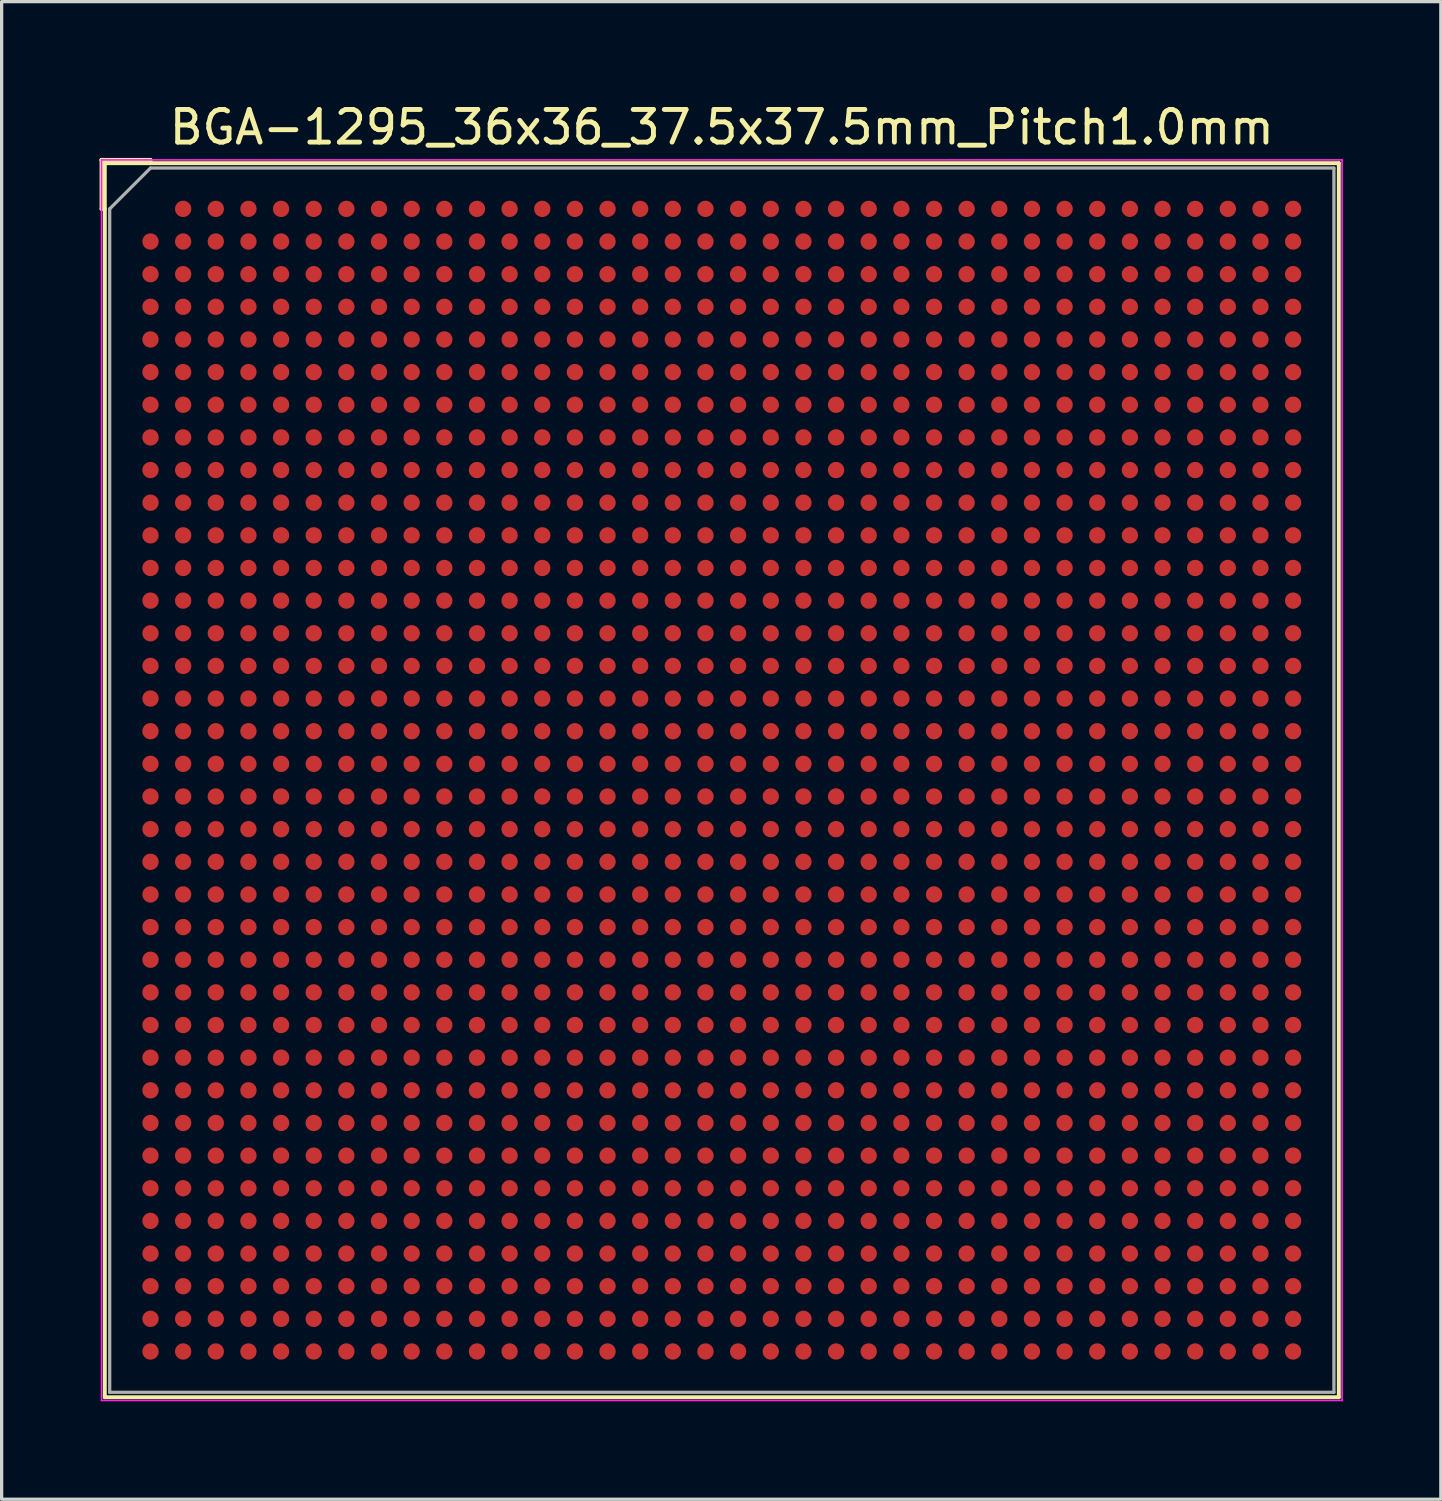
<source format=kicad_pcb>
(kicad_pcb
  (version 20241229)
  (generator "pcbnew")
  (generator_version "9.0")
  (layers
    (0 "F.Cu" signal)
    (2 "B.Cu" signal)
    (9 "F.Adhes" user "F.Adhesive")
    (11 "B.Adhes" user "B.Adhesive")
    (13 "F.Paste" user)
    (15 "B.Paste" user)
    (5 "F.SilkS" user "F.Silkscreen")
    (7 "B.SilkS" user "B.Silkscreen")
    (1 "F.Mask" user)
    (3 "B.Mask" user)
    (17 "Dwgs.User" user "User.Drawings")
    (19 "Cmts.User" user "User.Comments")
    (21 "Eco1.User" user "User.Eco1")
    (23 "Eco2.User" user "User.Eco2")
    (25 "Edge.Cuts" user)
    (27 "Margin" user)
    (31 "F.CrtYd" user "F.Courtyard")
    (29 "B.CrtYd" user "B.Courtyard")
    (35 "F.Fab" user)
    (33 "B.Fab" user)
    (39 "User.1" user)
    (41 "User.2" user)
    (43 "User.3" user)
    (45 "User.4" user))
  (footprint "BGA-1295_36x36_37.5x37.5mm_Pitch1.0mm"
    (layer "F.Cu")
    (at 19.06 20.848)
    (property "Reference" "BGA-1295_36x36_37.5x37.5mm_Pitch1.0mm" (at 0 -20 0) (layer "F.SilkS") (effects (font (size 1 1) (thickness 0.15))))
    (attr smd)
    (fp_line (start -19 -19) (end -17.5 -19) (stroke (width 0.12) (type solid)) (layer "F.SilkS"))
    (fp_line (start -19 -17.5) (end -19 -19) (stroke (width 0.12) (type solid)) (layer "F.SilkS"))
    (fp_line (start -19 -17.5) (end -18.9 -17.5) (stroke (width 0.12) (type solid)) (layer "F.SilkS"))
    (fp_line (start -18.9 -18.9) (end -19 -19) (stroke (width 0.12) (type solid)) (layer "F.SilkS"))
    (fp_line (start -18.9 -18.9) (end 18.9 -18.9) (stroke (width 0.12) (type solid)) (layer "F.SilkS"))
    (fp_line (start -18.9 18.9) (end -18.9 -18.9) (stroke (width 0.12) (type solid)) (layer "F.SilkS"))
    (fp_line (start -17.5 -19) (end -17.5 -18.9) (stroke (width 0.12) (type solid)) (layer "F.SilkS"))
    (fp_line (start 18.9 -18.9) (end 18.9 18.9) (stroke (width 0.12) (type solid)) (layer "F.SilkS"))
    (fp_line (start 18.9 18.9) (end -18.9 18.9) (stroke (width 0.12) (type solid)) (layer "F.SilkS"))
    (fp_line (start -19 -19) (end -19 19) (stroke (width 0.05) (type solid)) (layer "F.CrtYd"))
    (fp_line (start -19 -19) (end 19 -19) (stroke (width 0.05) (type solid)) (layer "F.CrtYd"))
    (fp_line (start 19 19) (end -19 19) (stroke (width 0.05) (type solid)) (layer "F.CrtYd"))
    (fp_line (start 19 19) (end 19 -19) (stroke (width 0.05) (type solid)) (layer "F.CrtYd"))
    (fp_line (start -18.75 -17.5) (end -17.5 -18.75) (stroke (width 0.1) (type solid)) (layer "F.Fab"))
    (fp_line (start -18.75 18.75) (end -18.75 -17.5) (stroke (width 0.1) (type solid)) (layer "F.Fab"))
    (fp_line (start -17.5 -18.75) (end 18.75 -18.75) (stroke (width 0.1) (type solid)) (layer "F.Fab"))
    (fp_line (start 18.75 -18.75) (end 18.75 18.75) (stroke (width 0.1) (type solid)) (layer "F.Fab"))
    (fp_line (start 18.75 18.75) (end -18.75 18.75) (stroke (width 0.1) (type solid)) (layer "F.Fab"))
    (pad "A2" smd circle (at -16.5 -17.5) (size 0.5 0.5) (layers "F.Cu" "F.Mask" "F.Paste"))
    (pad "A3" smd circle (at -15.5 -17.5) (size 0.5 0.5) (layers "F.Cu" "F.Mask" "F.Paste"))
    (pad "A4" smd circle (at -14.5 -17.5) (size 0.5 0.5) (layers "F.Cu" "F.Mask" "F.Paste"))
    (pad "A5" smd circle (at -13.5 -17.5) (size 0.5 0.5) (layers "F.Cu" "F.Mask" "F.Paste"))
    (pad "A6" smd circle (at -12.5 -17.5) (size 0.5 0.5) (layers "F.Cu" "F.Mask" "F.Paste"))
    (pad "A7" smd circle (at -11.5 -17.5) (size 0.5 0.5) (layers "F.Cu" "F.Mask" "F.Paste"))
    (pad "A8" smd circle (at -10.5 -17.5) (size 0.5 0.5) (layers "F.Cu" "F.Mask" "F.Paste"))
    (pad "A9" smd circle (at -9.5 -17.5) (size 0.5 0.5) (layers "F.Cu" "F.Mask" "F.Paste"))
    (pad "A10" smd circle (at -8.5 -17.5) (size 0.5 0.5) (layers "F.Cu" "F.Mask" "F.Paste"))
    (pad "A11" smd circle (at -7.5 -17.5) (size 0.5 0.5) (layers "F.Cu" "F.Mask" "F.Paste"))
    (pad "A12" smd circle (at -6.5 -17.5) (size 0.5 0.5) (layers "F.Cu" "F.Mask" "F.Paste"))
    (pad "A13" smd circle (at -5.5 -17.5) (size 0.5 0.5) (layers "F.Cu" "F.Mask" "F.Paste"))
    (pad "A14" smd circle (at -4.5 -17.5) (size 0.5 0.5) (layers "F.Cu" "F.Mask" "F.Paste"))
    (pad "A15" smd circle (at -3.5 -17.5) (size 0.5 0.5) (layers "F.Cu" "F.Mask" "F.Paste"))
    (pad "A16" smd circle (at -2.5 -17.5) (size 0.5 0.5) (layers "F.Cu" "F.Mask" "F.Paste"))
    (pad "A17" smd circle (at -1.5 -17.5) (size 0.5 0.5) (layers "F.Cu" "F.Mask" "F.Paste"))
    (pad "A18" smd circle (at -0.5 -17.5) (size 0.5 0.5) (layers "F.Cu" "F.Mask" "F.Paste"))
    (pad "A19" smd circle (at 0.5 -17.5) (size 0.5 0.5) (layers "F.Cu" "F.Mask" "F.Paste"))
    (pad "A20" smd circle (at 1.5 -17.5) (size 0.5 0.5) (layers "F.Cu" "F.Mask" "F.Paste"))
    (pad "A21" smd circle (at 2.5 -17.5) (size 0.5 0.5) (layers "F.Cu" "F.Mask" "F.Paste"))
    (pad "A22" smd circle (at 3.5 -17.5) (size 0.5 0.5) (layers "F.Cu" "F.Mask" "F.Paste"))
    (pad "A23" smd circle (at 4.5 -17.5) (size 0.5 0.5) (layers "F.Cu" "F.Mask" "F.Paste"))
    (pad "A24" smd circle (at 5.5 -17.5) (size 0.5 0.5) (layers "F.Cu" "F.Mask" "F.Paste"))
    (pad "A25" smd circle (at 6.5 -17.5) (size 0.5 0.5) (layers "F.Cu" "F.Mask" "F.Paste"))
    (pad "A26" smd circle (at 7.5 -17.5) (size 0.5 0.5) (layers "F.Cu" "F.Mask" "F.Paste"))
    (pad "A27" smd circle (at 8.5 -17.5) (size 0.5 0.5) (layers "F.Cu" "F.Mask" "F.Paste"))
    (pad "A28" smd circle (at 9.5 -17.5) (size 0.5 0.5) (layers "F.Cu" "F.Mask" "F.Paste"))
    (pad "A29" smd circle (at 10.5 -17.5) (size 0.5 0.5) (layers "F.Cu" "F.Mask" "F.Paste"))
    (pad "A30" smd circle (at 11.5 -17.5) (size 0.5 0.5) (layers "F.Cu" "F.Mask" "F.Paste"))
    (pad "A31" smd circle (at 12.5 -17.5) (size 0.5 0.5) (layers "F.Cu" "F.Mask" "F.Paste"))
    (pad "A32" smd circle (at 13.5 -17.5) (size 0.5 0.5) (layers "F.Cu" "F.Mask" "F.Paste"))
    (pad "A33" smd circle (at 14.5 -17.5) (size 0.5 0.5) (layers "F.Cu" "F.Mask" "F.Paste"))
    (pad "A34" smd circle (at 15.5 -17.5) (size 0.5 0.5) (layers "F.Cu" "F.Mask" "F.Paste"))
    (pad "A35" smd circle (at 16.5 -17.5) (size 0.5 0.5) (layers "F.Cu" "F.Mask" "F.Paste"))
    (pad "A36" smd circle (at 17.5 -17.5) (size 0.5 0.5) (layers "F.Cu" "F.Mask" "F.Paste"))
    (pad "AA1" smd circle (at -17.5 2.5) (size 0.5 0.5) (layers "F.Cu" "F.Mask" "F.Paste"))
    (pad "AA2" smd circle (at -16.5 2.5) (size 0.5 0.5) (layers "F.Cu" "F.Mask" "F.Paste"))
    (pad "AA3" smd circle (at -15.5 2.5) (size 0.5 0.5) (layers "F.Cu" "F.Mask" "F.Paste"))
    (pad "AA4" smd circle (at -14.5 2.5) (size 0.5 0.5) (layers "F.Cu" "F.Mask" "F.Paste"))
    (pad "AA5" smd circle (at -13.5 2.5) (size 0.5 0.5) (layers "F.Cu" "F.Mask" "F.Paste"))
    (pad "AA6" smd circle (at -12.5 2.5) (size 0.5 0.5) (layers "F.Cu" "F.Mask" "F.Paste"))
    (pad "AA7" smd circle (at -11.5 2.5) (size 0.5 0.5) (layers "F.Cu" "F.Mask" "F.Paste"))
    (pad "AA8" smd circle (at -10.5 2.5) (size 0.5 0.5) (layers "F.Cu" "F.Mask" "F.Paste"))
    (pad "AA9" smd circle (at -9.5 2.5) (size 0.5 0.5) (layers "F.Cu" "F.Mask" "F.Paste"))
    (pad "AA10" smd circle (at -8.5 2.5) (size 0.5 0.5) (layers "F.Cu" "F.Mask" "F.Paste"))
    (pad "AA11" smd circle (at -7.5 2.5) (size 0.5 0.5) (layers "F.Cu" "F.Mask" "F.Paste"))
    (pad "AA12" smd circle (at -6.5 2.5) (size 0.5 0.5) (layers "F.Cu" "F.Mask" "F.Paste"))
    (pad "AA13" smd circle (at -5.5 2.5) (size 0.5 0.5) (layers "F.Cu" "F.Mask" "F.Paste"))
    (pad "AA14" smd circle (at -4.5 2.5) (size 0.5 0.5) (layers "F.Cu" "F.Mask" "F.Paste"))
    (pad "AA15" smd circle (at -3.5 2.5) (size 0.5 0.5) (layers "F.Cu" "F.Mask" "F.Paste"))
    (pad "AA16" smd circle (at -2.5 2.5) (size 0.5 0.5) (layers "F.Cu" "F.Mask" "F.Paste"))
    (pad "AA17" smd circle (at -1.5 2.5) (size 0.5 0.5) (layers "F.Cu" "F.Mask" "F.Paste"))
    (pad "AA18" smd circle (at -0.5 2.5) (size 0.5 0.5) (layers "F.Cu" "F.Mask" "F.Paste"))
    (pad "AA19" smd circle (at 0.5 2.5) (size 0.5 0.5) (layers "F.Cu" "F.Mask" "F.Paste"))
    (pad "AA20" smd circle (at 1.5 2.5) (size 0.5 0.5) (layers "F.Cu" "F.Mask" "F.Paste"))
    (pad "AA21" smd circle (at 2.5 2.5) (size 0.5 0.5) (layers "F.Cu" "F.Mask" "F.Paste"))
    (pad "AA22" smd circle (at 3.5 2.5) (size 0.5 0.5) (layers "F.Cu" "F.Mask" "F.Paste"))
    (pad "AA23" smd circle (at 4.5 2.5) (size 0.5 0.5) (layers "F.Cu" "F.Mask" "F.Paste"))
    (pad "AA24" smd circle (at 5.5 2.5) (size 0.5 0.5) (layers "F.Cu" "F.Mask" "F.Paste"))
    (pad "AA25" smd circle (at 6.5 2.5) (size 0.5 0.5) (layers "F.Cu" "F.Mask" "F.Paste"))
    (pad "AA26" smd circle (at 7.5 2.5) (size 0.5 0.5) (layers "F.Cu" "F.Mask" "F.Paste"))
    (pad "AA27" smd circle (at 8.5 2.5) (size 0.5 0.5) (layers "F.Cu" "F.Mask" "F.Paste"))
    (pad "AA28" smd circle (at 9.5 2.5) (size 0.5 0.5) (layers "F.Cu" "F.Mask" "F.Paste"))
    (pad "AA29" smd circle (at 10.5 2.5) (size 0.5 0.5) (layers "F.Cu" "F.Mask" "F.Paste"))
    (pad "AA30" smd circle (at 11.5 2.5) (size 0.5 0.5) (layers "F.Cu" "F.Mask" "F.Paste"))
    (pad "AA31" smd circle (at 12.5 2.5) (size 0.5 0.5) (layers "F.Cu" "F.Mask" "F.Paste"))
    (pad "AA32" smd circle (at 13.5 2.5) (size 0.5 0.5) (layers "F.Cu" "F.Mask" "F.Paste"))
    (pad "AA33" smd circle (at 14.5 2.5) (size 0.5 0.5) (layers "F.Cu" "F.Mask" "F.Paste"))
    (pad "AA34" smd circle (at 15.5 2.5) (size 0.5 0.5) (layers "F.Cu" "F.Mask" "F.Paste"))
    (pad "AA35" smd circle (at 16.5 2.5) (size 0.5 0.5) (layers "F.Cu" "F.Mask" "F.Paste"))
    (pad "AA36" smd circle (at 17.5 2.5) (size 0.5 0.5) (layers "F.Cu" "F.Mask" "F.Paste"))
    (pad "AB1" smd circle (at -17.5 3.5) (size 0.5 0.5) (layers "F.Cu" "F.Mask" "F.Paste"))
    (pad "AB2" smd circle (at -16.5 3.5) (size 0.5 0.5) (layers "F.Cu" "F.Mask" "F.Paste"))
    (pad "AB3" smd circle (at -15.5 3.5) (size 0.5 0.5) (layers "F.Cu" "F.Mask" "F.Paste"))
    (pad "AB4" smd circle (at -14.5 3.5) (size 0.5 0.5) (layers "F.Cu" "F.Mask" "F.Paste"))
    (pad "AB5" smd circle (at -13.5 3.5) (size 0.5 0.5) (layers "F.Cu" "F.Mask" "F.Paste"))
    (pad "AB6" smd circle (at -12.5 3.5) (size 0.5 0.5) (layers "F.Cu" "F.Mask" "F.Paste"))
    (pad "AB7" smd circle (at -11.5 3.5) (size 0.5 0.5) (layers "F.Cu" "F.Mask" "F.Paste"))
    (pad "AB8" smd circle (at -10.5 3.5) (size 0.5 0.5) (layers "F.Cu" "F.Mask" "F.Paste"))
    (pad "AB9" smd circle (at -9.5 3.5) (size 0.5 0.5) (layers "F.Cu" "F.Mask" "F.Paste"))
    (pad "AB10" smd circle (at -8.5 3.5) (size 0.5 0.5) (layers "F.Cu" "F.Mask" "F.Paste"))
    (pad "AB11" smd circle (at -7.5 3.5) (size 0.5 0.5) (layers "F.Cu" "F.Mask" "F.Paste"))
    (pad "AB12" smd circle (at -6.5 3.5) (size 0.5 0.5) (layers "F.Cu" "F.Mask" "F.Paste"))
    (pad "AB13" smd circle (at -5.5 3.5) (size 0.5 0.5) (layers "F.Cu" "F.Mask" "F.Paste"))
    (pad "AB14" smd circle (at -4.5 3.5) (size 0.5 0.5) (layers "F.Cu" "F.Mask" "F.Paste"))
    (pad "AB15" smd circle (at -3.5 3.5) (size 0.5 0.5) (layers "F.Cu" "F.Mask" "F.Paste"))
    (pad "AB16" smd circle (at -2.5 3.5) (size 0.5 0.5) (layers "F.Cu" "F.Mask" "F.Paste"))
    (pad "AB17" smd circle (at -1.5 3.5) (size 0.5 0.5) (layers "F.Cu" "F.Mask" "F.Paste"))
    (pad "AB18" smd circle (at -0.5 3.5) (size 0.5 0.5) (layers "F.Cu" "F.Mask" "F.Paste"))
    (pad "AB19" smd circle (at 0.5 3.5) (size 0.5 0.5) (layers "F.Cu" "F.Mask" "F.Paste"))
    (pad "AB20" smd circle (at 1.5 3.5) (size 0.5 0.5) (layers "F.Cu" "F.Mask" "F.Paste"))
    (pad "AB21" smd circle (at 2.5 3.5) (size 0.5 0.5) (layers "F.Cu" "F.Mask" "F.Paste"))
    (pad "AB22" smd circle (at 3.5 3.5) (size 0.5 0.5) (layers "F.Cu" "F.Mask" "F.Paste"))
    (pad "AB23" smd circle (at 4.5 3.5) (size 0.5 0.5) (layers "F.Cu" "F.Mask" "F.Paste"))
    (pad "AB24" smd circle (at 5.5 3.5) (size 0.5 0.5) (layers "F.Cu" "F.Mask" "F.Paste"))
    (pad "AB25" smd circle (at 6.5 3.5) (size 0.5 0.5) (layers "F.Cu" "F.Mask" "F.Paste"))
    (pad "AB26" smd circle (at 7.5 3.5) (size 0.5 0.5) (layers "F.Cu" "F.Mask" "F.Paste"))
    (pad "AB27" smd circle (at 8.5 3.5) (size 0.5 0.5) (layers "F.Cu" "F.Mask" "F.Paste"))
    (pad "AB28" smd circle (at 9.5 3.5) (size 0.5 0.5) (layers "F.Cu" "F.Mask" "F.Paste"))
    (pad "AB29" smd circle (at 10.5 3.5) (size 0.5 0.5) (layers "F.Cu" "F.Mask" "F.Paste"))
    (pad "AB30" smd circle (at 11.5 3.5) (size 0.5 0.5) (layers "F.Cu" "F.Mask" "F.Paste"))
    (pad "AB31" smd circle (at 12.5 3.5) (size 0.5 0.5) (layers "F.Cu" "F.Mask" "F.Paste"))
    (pad "AB32" smd circle (at 13.5 3.5) (size 0.5 0.5) (layers "F.Cu" "F.Mask" "F.Paste"))
    (pad "AB33" smd circle (at 14.5 3.5) (size 0.5 0.5) (layers "F.Cu" "F.Mask" "F.Paste"))
    (pad "AB34" smd circle (at 15.5 3.5) (size 0.5 0.5) (layers "F.Cu" "F.Mask" "F.Paste"))
    (pad "AB35" smd circle (at 16.5 3.5) (size 0.5 0.5) (layers "F.Cu" "F.Mask" "F.Paste"))
    (pad "AB36" smd circle (at 17.5 3.5) (size 0.5 0.5) (layers "F.Cu" "F.Mask" "F.Paste"))
    (pad "AC1" smd circle (at -17.5 4.5) (size 0.5 0.5) (layers "F.Cu" "F.Mask" "F.Paste"))
    (pad "AC2" smd circle (at -16.5 4.5) (size 0.5 0.5) (layers "F.Cu" "F.Mask" "F.Paste"))
    (pad "AC3" smd circle (at -15.5 4.5) (size 0.5 0.5) (layers "F.Cu" "F.Mask" "F.Paste"))
    (pad "AC4" smd circle (at -14.5 4.5) (size 0.5 0.5) (layers "F.Cu" "F.Mask" "F.Paste"))
    (pad "AC5" smd circle (at -13.5 4.5) (size 0.5 0.5) (layers "F.Cu" "F.Mask" "F.Paste"))
    (pad "AC6" smd circle (at -12.5 4.5) (size 0.5 0.5) (layers "F.Cu" "F.Mask" "F.Paste"))
    (pad "AC7" smd circle (at -11.5 4.5) (size 0.5 0.5) (layers "F.Cu" "F.Mask" "F.Paste"))
    (pad "AC8" smd circle (at -10.5 4.5) (size 0.5 0.5) (layers "F.Cu" "F.Mask" "F.Paste"))
    (pad "AC9" smd circle (at -9.5 4.5) (size 0.5 0.5) (layers "F.Cu" "F.Mask" "F.Paste"))
    (pad "AC10" smd circle (at -8.5 4.5) (size 0.5 0.5) (layers "F.Cu" "F.Mask" "F.Paste"))
    (pad "AC11" smd circle (at -7.5 4.5) (size 0.5 0.5) (layers "F.Cu" "F.Mask" "F.Paste"))
    (pad "AC12" smd circle (at -6.5 4.5) (size 0.5 0.5) (layers "F.Cu" "F.Mask" "F.Paste"))
    (pad "AC13" smd circle (at -5.5 4.5) (size 0.5 0.5) (layers "F.Cu" "F.Mask" "F.Paste"))
    (pad "AC14" smd circle (at -4.5 4.5) (size 0.5 0.5) (layers "F.Cu" "F.Mask" "F.Paste"))
    (pad "AC15" smd circle (at -3.5 4.5) (size 0.5 0.5) (layers "F.Cu" "F.Mask" "F.Paste"))
    (pad "AC16" smd circle (at -2.5 4.5) (size 0.5 0.5) (layers "F.Cu" "F.Mask" "F.Paste"))
    (pad "AC17" smd circle (at -1.5 4.5) (size 0.5 0.5) (layers "F.Cu" "F.Mask" "F.Paste"))
    (pad "AC18" smd circle (at -0.5 4.5) (size 0.5 0.5) (layers "F.Cu" "F.Mask" "F.Paste"))
    (pad "AC19" smd circle (at 0.5 4.5) (size 0.5 0.5) (layers "F.Cu" "F.Mask" "F.Paste"))
    (pad "AC20" smd circle (at 1.5 4.5) (size 0.5 0.5) (layers "F.Cu" "F.Mask" "F.Paste"))
    (pad "AC21" smd circle (at 2.5 4.5) (size 0.5 0.5) (layers "F.Cu" "F.Mask" "F.Paste"))
    (pad "AC22" smd circle (at 3.5 4.5) (size 0.5 0.5) (layers "F.Cu" "F.Mask" "F.Paste"))
    (pad "AC23" smd circle (at 4.5 4.5) (size 0.5 0.5) (layers "F.Cu" "F.Mask" "F.Paste"))
    (pad "AC24" smd circle (at 5.5 4.5) (size 0.5 0.5) (layers "F.Cu" "F.Mask" "F.Paste"))
    (pad "AC25" smd circle (at 6.5 4.5) (size 0.5 0.5) (layers "F.Cu" "F.Mask" "F.Paste"))
    (pad "AC26" smd circle (at 7.5 4.5) (size 0.5 0.5) (layers "F.Cu" "F.Mask" "F.Paste"))
    (pad "AC27" smd circle (at 8.5 4.5) (size 0.5 0.5) (layers "F.Cu" "F.Mask" "F.Paste"))
    (pad "AC28" smd circle (at 9.5 4.5) (size 0.5 0.5) (layers "F.Cu" "F.Mask" "F.Paste"))
    (pad "AC29" smd circle (at 10.5 4.5) (size 0.5 0.5) (layers "F.Cu" "F.Mask" "F.Paste"))
    (pad "AC30" smd circle (at 11.5 4.5) (size 0.5 0.5) (layers "F.Cu" "F.Mask" "F.Paste"))
    (pad "AC31" smd circle (at 12.5 4.5) (size 0.5 0.5) (layers "F.Cu" "F.Mask" "F.Paste"))
    (pad "AC32" smd circle (at 13.5 4.5) (size 0.5 0.5) (layers "F.Cu" "F.Mask" "F.Paste"))
    (pad "AC33" smd circle (at 14.5 4.5) (size 0.5 0.5) (layers "F.Cu" "F.Mask" "F.Paste"))
    (pad "AC34" smd circle (at 15.5 4.5) (size 0.5 0.5) (layers "F.Cu" "F.Mask" "F.Paste"))
    (pad "AC35" smd circle (at 16.5 4.5) (size 0.5 0.5) (layers "F.Cu" "F.Mask" "F.Paste"))
    (pad "AC36" smd circle (at 17.5 4.5) (size 0.5 0.5) (layers "F.Cu" "F.Mask" "F.Paste"))
    (pad "AD1" smd circle (at -17.5 5.5) (size 0.5 0.5) (layers "F.Cu" "F.Mask" "F.Paste"))
    (pad "AD2" smd circle (at -16.5 5.5) (size 0.5 0.5) (layers "F.Cu" "F.Mask" "F.Paste"))
    (pad "AD3" smd circle (at -15.5 5.5) (size 0.5 0.5) (layers "F.Cu" "F.Mask" "F.Paste"))
    (pad "AD4" smd circle (at -14.5 5.5) (size 0.5 0.5) (layers "F.Cu" "F.Mask" "F.Paste"))
    (pad "AD5" smd circle (at -13.5 5.5) (size 0.5 0.5) (layers "F.Cu" "F.Mask" "F.Paste"))
    (pad "AD6" smd circle (at -12.5 5.5) (size 0.5 0.5) (layers "F.Cu" "F.Mask" "F.Paste"))
    (pad "AD7" smd circle (at -11.5 5.5) (size 0.5 0.5) (layers "F.Cu" "F.Mask" "F.Paste"))
    (pad "AD8" smd circle (at -10.5 5.5) (size 0.5 0.5) (layers "F.Cu" "F.Mask" "F.Paste"))
    (pad "AD9" smd circle (at -9.5 5.5) (size 0.5 0.5) (layers "F.Cu" "F.Mask" "F.Paste"))
    (pad "AD10" smd circle (at -8.5 5.5) (size 0.5 0.5) (layers "F.Cu" "F.Mask" "F.Paste"))
    (pad "AD11" smd circle (at -7.5 5.5) (size 0.5 0.5) (layers "F.Cu" "F.Mask" "F.Paste"))
    (pad "AD12" smd circle (at -6.5 5.5) (size 0.5 0.5) (layers "F.Cu" "F.Mask" "F.Paste"))
    (pad "AD13" smd circle (at -5.5 5.5) (size 0.5 0.5) (layers "F.Cu" "F.Mask" "F.Paste"))
    (pad "AD14" smd circle (at -4.5 5.5) (size 0.5 0.5) (layers "F.Cu" "F.Mask" "F.Paste"))
    (pad "AD15" smd circle (at -3.5 5.5) (size 0.5 0.5) (layers "F.Cu" "F.Mask" "F.Paste"))
    (pad "AD16" smd circle (at -2.5 5.5) (size 0.5 0.5) (layers "F.Cu" "F.Mask" "F.Paste"))
    (pad "AD17" smd circle (at -1.5 5.5) (size 0.5 0.5) (layers "F.Cu" "F.Mask" "F.Paste"))
    (pad "AD18" smd circle (at -0.5 5.5) (size 0.5 0.5) (layers "F.Cu" "F.Mask" "F.Paste"))
    (pad "AD19" smd circle (at 0.5 5.5) (size 0.5 0.5) (layers "F.Cu" "F.Mask" "F.Paste"))
    (pad "AD20" smd circle (at 1.5 5.5) (size 0.5 0.5) (layers "F.Cu" "F.Mask" "F.Paste"))
    (pad "AD21" smd circle (at 2.5 5.5) (size 0.5 0.5) (layers "F.Cu" "F.Mask" "F.Paste"))
    (pad "AD22" smd circle (at 3.5 5.5) (size 0.5 0.5) (layers "F.Cu" "F.Mask" "F.Paste"))
    (pad "AD23" smd circle (at 4.5 5.5) (size 0.5 0.5) (layers "F.Cu" "F.Mask" "F.Paste"))
    (pad "AD24" smd circle (at 5.5 5.5) (size 0.5 0.5) (layers "F.Cu" "F.Mask" "F.Paste"))
    (pad "AD25" smd circle (at 6.5 5.5) (size 0.5 0.5) (layers "F.Cu" "F.Mask" "F.Paste"))
    (pad "AD26" smd circle (at 7.5 5.5) (size 0.5 0.5) (layers "F.Cu" "F.Mask" "F.Paste"))
    (pad "AD27" smd circle (at 8.5 5.5) (size 0.5 0.5) (layers "F.Cu" "F.Mask" "F.Paste"))
    (pad "AD28" smd circle (at 9.5 5.5) (size 0.5 0.5) (layers "F.Cu" "F.Mask" "F.Paste"))
    (pad "AD29" smd circle (at 10.5 5.5) (size 0.5 0.5) (layers "F.Cu" "F.Mask" "F.Paste"))
    (pad "AD30" smd circle (at 11.5 5.5) (size 0.5 0.5) (layers "F.Cu" "F.Mask" "F.Paste"))
    (pad "AD31" smd circle (at 12.5 5.5) (size 0.5 0.5) (layers "F.Cu" "F.Mask" "F.Paste"))
    (pad "AD32" smd circle (at 13.5 5.5) (size 0.5 0.5) (layers "F.Cu" "F.Mask" "F.Paste"))
    (pad "AD33" smd circle (at 14.5 5.5) (size 0.5 0.5) (layers "F.Cu" "F.Mask" "F.Paste"))
    (pad "AD34" smd circle (at 15.5 5.5) (size 0.5 0.5) (layers "F.Cu" "F.Mask" "F.Paste"))
    (pad "AD35" smd circle (at 16.5 5.5) (size 0.5 0.5) (layers "F.Cu" "F.Mask" "F.Paste"))
    (pad "AD36" smd circle (at 17.5 5.5) (size 0.5 0.5) (layers "F.Cu" "F.Mask" "F.Paste"))
    (pad "AE1" smd circle (at -17.5 6.5) (size 0.5 0.5) (layers "F.Cu" "F.Mask" "F.Paste"))
    (pad "AE2" smd circle (at -16.5 6.5) (size 0.5 0.5) (layers "F.Cu" "F.Mask" "F.Paste"))
    (pad "AE3" smd circle (at -15.5 6.5) (size 0.5 0.5) (layers "F.Cu" "F.Mask" "F.Paste"))
    (pad "AE4" smd circle (at -14.5 6.5) (size 0.5 0.5) (layers "F.Cu" "F.Mask" "F.Paste"))
    (pad "AE5" smd circle (at -13.5 6.5) (size 0.5 0.5) (layers "F.Cu" "F.Mask" "F.Paste"))
    (pad "AE6" smd circle (at -12.5 6.5) (size 0.5 0.5) (layers "F.Cu" "F.Mask" "F.Paste"))
    (pad "AE7" smd circle (at -11.5 6.5) (size 0.5 0.5) (layers "F.Cu" "F.Mask" "F.Paste"))
    (pad "AE8" smd circle (at -10.5 6.5) (size 0.5 0.5) (layers "F.Cu" "F.Mask" "F.Paste"))
    (pad "AE9" smd circle (at -9.5 6.5) (size 0.5 0.5) (layers "F.Cu" "F.Mask" "F.Paste"))
    (pad "AE10" smd circle (at -8.5 6.5) (size 0.5 0.5) (layers "F.Cu" "F.Mask" "F.Paste"))
    (pad "AE11" smd circle (at -7.5 6.5) (size 0.5 0.5) (layers "F.Cu" "F.Mask" "F.Paste"))
    (pad "AE12" smd circle (at -6.5 6.5) (size 0.5 0.5) (layers "F.Cu" "F.Mask" "F.Paste"))
    (pad "AE13" smd circle (at -5.5 6.5) (size 0.5 0.5) (layers "F.Cu" "F.Mask" "F.Paste"))
    (pad "AE14" smd circle (at -4.5 6.5) (size 0.5 0.5) (layers "F.Cu" "F.Mask" "F.Paste"))
    (pad "AE15" smd circle (at -3.5 6.5) (size 0.5 0.5) (layers "F.Cu" "F.Mask" "F.Paste"))
    (pad "AE16" smd circle (at -2.5 6.5) (size 0.5 0.5) (layers "F.Cu" "F.Mask" "F.Paste"))
    (pad "AE17" smd circle (at -1.5 6.5) (size 0.5 0.5) (layers "F.Cu" "F.Mask" "F.Paste"))
    (pad "AE18" smd circle (at -0.5 6.5) (size 0.5 0.5) (layers "F.Cu" "F.Mask" "F.Paste"))
    (pad "AE19" smd circle (at 0.5 6.5) (size 0.5 0.5) (layers "F.Cu" "F.Mask" "F.Paste"))
    (pad "AE20" smd circle (at 1.5 6.5) (size 0.5 0.5) (layers "F.Cu" "F.Mask" "F.Paste"))
    (pad "AE21" smd circle (at 2.5 6.5) (size 0.5 0.5) (layers "F.Cu" "F.Mask" "F.Paste"))
    (pad "AE22" smd circle (at 3.5 6.5) (size 0.5 0.5) (layers "F.Cu" "F.Mask" "F.Paste"))
    (pad "AE23" smd circle (at 4.5 6.5) (size 0.5 0.5) (layers "F.Cu" "F.Mask" "F.Paste"))
    (pad "AE24" smd circle (at 5.5 6.5) (size 0.5 0.5) (layers "F.Cu" "F.Mask" "F.Paste"))
    (pad "AE25" smd circle (at 6.5 6.5) (size 0.5 0.5) (layers "F.Cu" "F.Mask" "F.Paste"))
    (pad "AE26" smd circle (at 7.5 6.5) (size 0.5 0.5) (layers "F.Cu" "F.Mask" "F.Paste"))
    (pad "AE27" smd circle (at 8.5 6.5) (size 0.5 0.5) (layers "F.Cu" "F.Mask" "F.Paste"))
    (pad "AE28" smd circle (at 9.5 6.5) (size 0.5 0.5) (layers "F.Cu" "F.Mask" "F.Paste"))
    (pad "AE29" smd circle (at 10.5 6.5) (size 0.5 0.5) (layers "F.Cu" "F.Mask" "F.Paste"))
    (pad "AE30" smd circle (at 11.5 6.5) (size 0.5 0.5) (layers "F.Cu" "F.Mask" "F.Paste"))
    (pad "AE31" smd circle (at 12.5 6.5) (size 0.5 0.5) (layers "F.Cu" "F.Mask" "F.Paste"))
    (pad "AE32" smd circle (at 13.5 6.5) (size 0.5 0.5) (layers "F.Cu" "F.Mask" "F.Paste"))
    (pad "AE33" smd circle (at 14.5 6.5) (size 0.5 0.5) (layers "F.Cu" "F.Mask" "F.Paste"))
    (pad "AE34" smd circle (at 15.5 6.5) (size 0.5 0.5) (layers "F.Cu" "F.Mask" "F.Paste"))
    (pad "AE35" smd circle (at 16.5 6.5) (size 0.5 0.5) (layers "F.Cu" "F.Mask" "F.Paste"))
    (pad "AE36" smd circle (at 17.5 6.5) (size 0.5 0.5) (layers "F.Cu" "F.Mask" "F.Paste"))
    (pad "AF1" smd circle (at -17.5 7.5) (size 0.5 0.5) (layers "F.Cu" "F.Mask" "F.Paste"))
    (pad "AF2" smd circle (at -16.5 7.5) (size 0.5 0.5) (layers "F.Cu" "F.Mask" "F.Paste"))
    (pad "AF3" smd circle (at -15.5 7.5) (size 0.5 0.5) (layers "F.Cu" "F.Mask" "F.Paste"))
    (pad "AF4" smd circle (at -14.5 7.5) (size 0.5 0.5) (layers "F.Cu" "F.Mask" "F.Paste"))
    (pad "AF5" smd circle (at -13.5 7.5) (size 0.5 0.5) (layers "F.Cu" "F.Mask" "F.Paste"))
    (pad "AF6" smd circle (at -12.5 7.5) (size 0.5 0.5) (layers "F.Cu" "F.Mask" "F.Paste"))
    (pad "AF7" smd circle (at -11.5 7.5) (size 0.5 0.5) (layers "F.Cu" "F.Mask" "F.Paste"))
    (pad "AF8" smd circle (at -10.5 7.5) (size 0.5 0.5) (layers "F.Cu" "F.Mask" "F.Paste"))
    (pad "AF9" smd circle (at -9.5 7.5) (size 0.5 0.5) (layers "F.Cu" "F.Mask" "F.Paste"))
    (pad "AF10" smd circle (at -8.5 7.5) (size 0.5 0.5) (layers "F.Cu" "F.Mask" "F.Paste"))
    (pad "AF11" smd circle (at -7.5 7.5) (size 0.5 0.5) (layers "F.Cu" "F.Mask" "F.Paste"))
    (pad "AF12" smd circle (at -6.5 7.5) (size 0.5 0.5) (layers "F.Cu" "F.Mask" "F.Paste"))
    (pad "AF13" smd circle (at -5.5 7.5) (size 0.5 0.5) (layers "F.Cu" "F.Mask" "F.Paste"))
    (pad "AF14" smd circle (at -4.5 7.5) (size 0.5 0.5) (layers "F.Cu" "F.Mask" "F.Paste"))
    (pad "AF15" smd circle (at -3.5 7.5) (size 0.5 0.5) (layers "F.Cu" "F.Mask" "F.Paste"))
    (pad "AF16" smd circle (at -2.5 7.5) (size 0.5 0.5) (layers "F.Cu" "F.Mask" "F.Paste"))
    (pad "AF17" smd circle (at -1.5 7.5) (size 0.5 0.5) (layers "F.Cu" "F.Mask" "F.Paste"))
    (pad "AF18" smd circle (at -0.5 7.5) (size 0.5 0.5) (layers "F.Cu" "F.Mask" "F.Paste"))
    (pad "AF19" smd circle (at 0.5 7.5) (size 0.5 0.5) (layers "F.Cu" "F.Mask" "F.Paste"))
    (pad "AF20" smd circle (at 1.5 7.5) (size 0.5 0.5) (layers "F.Cu" "F.Mask" "F.Paste"))
    (pad "AF21" smd circle (at 2.5 7.5) (size 0.5 0.5) (layers "F.Cu" "F.Mask" "F.Paste"))
    (pad "AF22" smd circle (at 3.5 7.5) (size 0.5 0.5) (layers "F.Cu" "F.Mask" "F.Paste"))
    (pad "AF23" smd circle (at 4.5 7.5) (size 0.5 0.5) (layers "F.Cu" "F.Mask" "F.Paste"))
    (pad "AF24" smd circle (at 5.5 7.5) (size 0.5 0.5) (layers "F.Cu" "F.Mask" "F.Paste"))
    (pad "AF25" smd circle (at 6.5 7.5) (size 0.5 0.5) (layers "F.Cu" "F.Mask" "F.Paste"))
    (pad "AF26" smd circle (at 7.5 7.5) (size 0.5 0.5) (layers "F.Cu" "F.Mask" "F.Paste"))
    (pad "AF27" smd circle (at 8.5 7.5) (size 0.5 0.5) (layers "F.Cu" "F.Mask" "F.Paste"))
    (pad "AF28" smd circle (at 9.5 7.5) (size 0.5 0.5) (layers "F.Cu" "F.Mask" "F.Paste"))
    (pad "AF29" smd circle (at 10.5 7.5) (size 0.5 0.5) (layers "F.Cu" "F.Mask" "F.Paste"))
    (pad "AF30" smd circle (at 11.5 7.5) (size 0.5 0.5) (layers "F.Cu" "F.Mask" "F.Paste"))
    (pad "AF31" smd circle (at 12.5 7.5) (size 0.5 0.5) (layers "F.Cu" "F.Mask" "F.Paste"))
    (pad "AF32" smd circle (at 13.5 7.5) (size 0.5 0.5) (layers "F.Cu" "F.Mask" "F.Paste"))
    (pad "AF33" smd circle (at 14.5 7.5) (size 0.5 0.5) (layers "F.Cu" "F.Mask" "F.Paste"))
    (pad "AF34" smd circle (at 15.5 7.5) (size 0.5 0.5) (layers "F.Cu" "F.Mask" "F.Paste"))
    (pad "AF35" smd circle (at 16.5 7.5) (size 0.5 0.5) (layers "F.Cu" "F.Mask" "F.Paste"))
    (pad "AF36" smd circle (at 17.5 7.5) (size 0.5 0.5) (layers "F.Cu" "F.Mask" "F.Paste"))
    (pad "AG1" smd circle (at -17.5 8.5) (size 0.5 0.5) (layers "F.Cu" "F.Mask" "F.Paste"))
    (pad "AG2" smd circle (at -16.5 8.5) (size 0.5 0.5) (layers "F.Cu" "F.Mask" "F.Paste"))
    (pad "AG3" smd circle (at -15.5 8.5) (size 0.5 0.5) (layers "F.Cu" "F.Mask" "F.Paste"))
    (pad "AG4" smd circle (at -14.5 8.5) (size 0.5 0.5) (layers "F.Cu" "F.Mask" "F.Paste"))
    (pad "AG5" smd circle (at -13.5 8.5) (size 0.5 0.5) (layers "F.Cu" "F.Mask" "F.Paste"))
    (pad "AG6" smd circle (at -12.5 8.5) (size 0.5 0.5) (layers "F.Cu" "F.Mask" "F.Paste"))
    (pad "AG7" smd circle (at -11.5 8.5) (size 0.5 0.5) (layers "F.Cu" "F.Mask" "F.Paste"))
    (pad "AG8" smd circle (at -10.5 8.5) (size 0.5 0.5) (layers "F.Cu" "F.Mask" "F.Paste"))
    (pad "AG9" smd circle (at -9.5 8.5) (size 0.5 0.5) (layers "F.Cu" "F.Mask" "F.Paste"))
    (pad "AG10" smd circle (at -8.5 8.5) (size 0.5 0.5) (layers "F.Cu" "F.Mask" "F.Paste"))
    (pad "AG11" smd circle (at -7.5 8.5) (size 0.5 0.5) (layers "F.Cu" "F.Mask" "F.Paste"))
    (pad "AG12" smd circle (at -6.5 8.5) (size 0.5 0.5) (layers "F.Cu" "F.Mask" "F.Paste"))
    (pad "AG13" smd circle (at -5.5 8.5) (size 0.5 0.5) (layers "F.Cu" "F.Mask" "F.Paste"))
    (pad "AG14" smd circle (at -4.5 8.5) (size 0.5 0.5) (layers "F.Cu" "F.Mask" "F.Paste"))
    (pad "AG15" smd circle (at -3.5 8.5) (size 0.5 0.5) (layers "F.Cu" "F.Mask" "F.Paste"))
    (pad "AG16" smd circle (at -2.5 8.5) (size 0.5 0.5) (layers "F.Cu" "F.Mask" "F.Paste"))
    (pad "AG17" smd circle (at -1.5 8.5) (size 0.5 0.5) (layers "F.Cu" "F.Mask" "F.Paste"))
    (pad "AG18" smd circle (at -0.5 8.5) (size 0.5 0.5) (layers "F.Cu" "F.Mask" "F.Paste"))
    (pad "AG19" smd circle (at 0.5 8.5) (size 0.5 0.5) (layers "F.Cu" "F.Mask" "F.Paste"))
    (pad "AG20" smd circle (at 1.5 8.5) (size 0.5 0.5) (layers "F.Cu" "F.Mask" "F.Paste"))
    (pad "AG21" smd circle (at 2.5 8.5) (size 0.5 0.5) (layers "F.Cu" "F.Mask" "F.Paste"))
    (pad "AG22" smd circle (at 3.5 8.5) (size 0.5 0.5) (layers "F.Cu" "F.Mask" "F.Paste"))
    (pad "AG23" smd circle (at 4.5 8.5) (size 0.5 0.5) (layers "F.Cu" "F.Mask" "F.Paste"))
    (pad "AG24" smd circle (at 5.5 8.5) (size 0.5 0.5) (layers "F.Cu" "F.Mask" "F.Paste"))
    (pad "AG25" smd circle (at 6.5 8.5) (size 0.5 0.5) (layers "F.Cu" "F.Mask" "F.Paste"))
    (pad "AG26" smd circle (at 7.5 8.5) (size 0.5 0.5) (layers "F.Cu" "F.Mask" "F.Paste"))
    (pad "AG27" smd circle (at 8.5 8.5) (size 0.5 0.5) (layers "F.Cu" "F.Mask" "F.Paste"))
    (pad "AG28" smd circle (at 9.5 8.5) (size 0.5 0.5) (layers "F.Cu" "F.Mask" "F.Paste"))
    (pad "AG29" smd circle (at 10.5 8.5) (size 0.5 0.5) (layers "F.Cu" "F.Mask" "F.Paste"))
    (pad "AG30" smd circle (at 11.5 8.5) (size 0.5 0.5) (layers "F.Cu" "F.Mask" "F.Paste"))
    (pad "AG31" smd circle (at 12.5 8.5) (size 0.5 0.5) (layers "F.Cu" "F.Mask" "F.Paste"))
    (pad "AG32" smd circle (at 13.5 8.5) (size 0.5 0.5) (layers "F.Cu" "F.Mask" "F.Paste"))
    (pad "AG33" smd circle (at 14.5 8.5) (size 0.5 0.5) (layers "F.Cu" "F.Mask" "F.Paste"))
    (pad "AG34" smd circle (at 15.5 8.5) (size 0.5 0.5) (layers "F.Cu" "F.Mask" "F.Paste"))
    (pad "AG35" smd circle (at 16.5 8.5) (size 0.5 0.5) (layers "F.Cu" "F.Mask" "F.Paste"))
    (pad "AG36" smd circle (at 17.5 8.5) (size 0.5 0.5) (layers "F.Cu" "F.Mask" "F.Paste"))
    (pad "AH1" smd circle (at -17.5 9.5) (size 0.5 0.5) (layers "F.Cu" "F.Mask" "F.Paste"))
    (pad "AH2" smd circle (at -16.5 9.5) (size 0.5 0.5) (layers "F.Cu" "F.Mask" "F.Paste"))
    (pad "AH3" smd circle (at -15.5 9.5) (size 0.5 0.5) (layers "F.Cu" "F.Mask" "F.Paste"))
    (pad "AH4" smd circle (at -14.5 9.5) (size 0.5 0.5) (layers "F.Cu" "F.Mask" "F.Paste"))
    (pad "AH5" smd circle (at -13.5 9.5) (size 0.5 0.5) (layers "F.Cu" "F.Mask" "F.Paste"))
    (pad "AH6" smd circle (at -12.5 9.5) (size 0.5 0.5) (layers "F.Cu" "F.Mask" "F.Paste"))
    (pad "AH7" smd circle (at -11.5 9.5) (size 0.5 0.5) (layers "F.Cu" "F.Mask" "F.Paste"))
    (pad "AH8" smd circle (at -10.5 9.5) (size 0.5 0.5) (layers "F.Cu" "F.Mask" "F.Paste"))
    (pad "AH9" smd circle (at -9.5 9.5) (size 0.5 0.5) (layers "F.Cu" "F.Mask" "F.Paste"))
    (pad "AH10" smd circle (at -8.5 9.5) (size 0.5 0.5) (layers "F.Cu" "F.Mask" "F.Paste"))
    (pad "AH11" smd circle (at -7.5 9.5) (size 0.5 0.5) (layers "F.Cu" "F.Mask" "F.Paste"))
    (pad "AH12" smd circle (at -6.5 9.5) (size 0.5 0.5) (layers "F.Cu" "F.Mask" "F.Paste"))
    (pad "AH13" smd circle (at -5.5 9.5) (size 0.5 0.5) (layers "F.Cu" "F.Mask" "F.Paste"))
    (pad "AH14" smd circle (at -4.5 9.5) (size 0.5 0.5) (layers "F.Cu" "F.Mask" "F.Paste"))
    (pad "AH15" smd circle (at -3.5 9.5) (size 0.5 0.5) (layers "F.Cu" "F.Mask" "F.Paste"))
    (pad "AH16" smd circle (at -2.5 9.5) (size 0.5 0.5) (layers "F.Cu" "F.Mask" "F.Paste"))
    (pad "AH17" smd circle (at -1.5 9.5) (size 0.5 0.5) (layers "F.Cu" "F.Mask" "F.Paste"))
    (pad "AH18" smd circle (at -0.5 9.5) (size 0.5 0.5) (layers "F.Cu" "F.Mask" "F.Paste"))
    (pad "AH19" smd circle (at 0.5 9.5) (size 0.5 0.5) (layers "F.Cu" "F.Mask" "F.Paste"))
    (pad "AH20" smd circle (at 1.5 9.5) (size 0.5 0.5) (layers "F.Cu" "F.Mask" "F.Paste"))
    (pad "AH21" smd circle (at 2.5 9.5) (size 0.5 0.5) (layers "F.Cu" "F.Mask" "F.Paste"))
    (pad "AH22" smd circle (at 3.5 9.5) (size 0.5 0.5) (layers "F.Cu" "F.Mask" "F.Paste"))
    (pad "AH23" smd circle (at 4.5 9.5) (size 0.5 0.5) (layers "F.Cu" "F.Mask" "F.Paste"))
    (pad "AH24" smd circle (at 5.5 9.5) (size 0.5 0.5) (layers "F.Cu" "F.Mask" "F.Paste"))
    (pad "AH25" smd circle (at 6.5 9.5) (size 0.5 0.5) (layers "F.Cu" "F.Mask" "F.Paste"))
    (pad "AH26" smd circle (at 7.5 9.5) (size 0.5 0.5) (layers "F.Cu" "F.Mask" "F.Paste"))
    (pad "AH27" smd circle (at 8.5 9.5) (size 0.5 0.5) (layers "F.Cu" "F.Mask" "F.Paste"))
    (pad "AH28" smd circle (at 9.5 9.5) (size 0.5 0.5) (layers "F.Cu" "F.Mask" "F.Paste"))
    (pad "AH29" smd circle (at 10.5 9.5) (size 0.5 0.5) (layers "F.Cu" "F.Mask" "F.Paste"))
    (pad "AH30" smd circle (at 11.5 9.5) (size 0.5 0.5) (layers "F.Cu" "F.Mask" "F.Paste"))
    (pad "AH31" smd circle (at 12.5 9.5) (size 0.5 0.5) (layers "F.Cu" "F.Mask" "F.Paste"))
    (pad "AH32" smd circle (at 13.5 9.5) (size 0.5 0.5) (layers "F.Cu" "F.Mask" "F.Paste"))
    (pad "AH33" smd circle (at 14.5 9.5) (size 0.5 0.5) (layers "F.Cu" "F.Mask" "F.Paste"))
    (pad "AH34" smd circle (at 15.5 9.5) (size 0.5 0.5) (layers "F.Cu" "F.Mask" "F.Paste"))
    (pad "AH35" smd circle (at 16.5 9.5) (size 0.5 0.5) (layers "F.Cu" "F.Mask" "F.Paste"))
    (pad "AH36" smd circle (at 17.5 9.5) (size 0.5 0.5) (layers "F.Cu" "F.Mask" "F.Paste"))
    (pad "AJ1" smd circle (at -17.5 10.5) (size 0.5 0.5) (layers "F.Cu" "F.Mask" "F.Paste"))
    (pad "AJ2" smd circle (at -16.5 10.5) (size 0.5 0.5) (layers "F.Cu" "F.Mask" "F.Paste"))
    (pad "AJ3" smd circle (at -15.5 10.5) (size 0.5 0.5) (layers "F.Cu" "F.Mask" "F.Paste"))
    (pad "AJ4" smd circle (at -14.5 10.5) (size 0.5 0.5) (layers "F.Cu" "F.Mask" "F.Paste"))
    (pad "AJ5" smd circle (at -13.5 10.5) (size 0.5 0.5) (layers "F.Cu" "F.Mask" "F.Paste"))
    (pad "AJ6" smd circle (at -12.5 10.5) (size 0.5 0.5) (layers "F.Cu" "F.Mask" "F.Paste"))
    (pad "AJ7" smd circle (at -11.5 10.5) (size 0.5 0.5) (layers "F.Cu" "F.Mask" "F.Paste"))
    (pad "AJ8" smd circle (at -10.5 10.5) (size 0.5 0.5) (layers "F.Cu" "F.Mask" "F.Paste"))
    (pad "AJ9" smd circle (at -9.5 10.5) (size 0.5 0.5) (layers "F.Cu" "F.Mask" "F.Paste"))
    (pad "AJ10" smd circle (at -8.5 10.5) (size 0.5 0.5) (layers "F.Cu" "F.Mask" "F.Paste"))
    (pad "AJ11" smd circle (at -7.5 10.5) (size 0.5 0.5) (layers "F.Cu" "F.Mask" "F.Paste"))
    (pad "AJ12" smd circle (at -6.5 10.5) (size 0.5 0.5) (layers "F.Cu" "F.Mask" "F.Paste"))
    (pad "AJ13" smd circle (at -5.5 10.5) (size 0.5 0.5) (layers "F.Cu" "F.Mask" "F.Paste"))
    (pad "AJ14" smd circle (at -4.5 10.5) (size 0.5 0.5) (layers "F.Cu" "F.Mask" "F.Paste"))
    (pad "AJ15" smd circle (at -3.5 10.5) (size 0.5 0.5) (layers "F.Cu" "F.Mask" "F.Paste"))
    (pad "AJ16" smd circle (at -2.5 10.5) (size 0.5 0.5) (layers "F.Cu" "F.Mask" "F.Paste"))
    (pad "AJ17" smd circle (at -1.5 10.5) (size 0.5 0.5) (layers "F.Cu" "F.Mask" "F.Paste"))
    (pad "AJ18" smd circle (at -0.5 10.5) (size 0.5 0.5) (layers "F.Cu" "F.Mask" "F.Paste"))
    (pad "AJ19" smd circle (at 0.5 10.5) (size 0.5 0.5) (layers "F.Cu" "F.Mask" "F.Paste"))
    (pad "AJ20" smd circle (at 1.5 10.5) (size 0.5 0.5) (layers "F.Cu" "F.Mask" "F.Paste"))
    (pad "AJ21" smd circle (at 2.5 10.5) (size 0.5 0.5) (layers "F.Cu" "F.Mask" "F.Paste"))
    (pad "AJ22" smd circle (at 3.5 10.5) (size 0.5 0.5) (layers "F.Cu" "F.Mask" "F.Paste"))
    (pad "AJ23" smd circle (at 4.5 10.5) (size 0.5 0.5) (layers "F.Cu" "F.Mask" "F.Paste"))
    (pad "AJ24" smd circle (at 5.5 10.5) (size 0.5 0.5) (layers "F.Cu" "F.Mask" "F.Paste"))
    (pad "AJ25" smd circle (at 6.5 10.5) (size 0.5 0.5) (layers "F.Cu" "F.Mask" "F.Paste"))
    (pad "AJ26" smd circle (at 7.5 10.5) (size 0.5 0.5) (layers "F.Cu" "F.Mask" "F.Paste"))
    (pad "AJ27" smd circle (at 8.5 10.5) (size 0.5 0.5) (layers "F.Cu" "F.Mask" "F.Paste"))
    (pad "AJ28" smd circle (at 9.5 10.5) (size 0.5 0.5) (layers "F.Cu" "F.Mask" "F.Paste"))
    (pad "AJ29" smd circle (at 10.5 10.5) (size 0.5 0.5) (layers "F.Cu" "F.Mask" "F.Paste"))
    (pad "AJ30" smd circle (at 11.5 10.5) (size 0.5 0.5) (layers "F.Cu" "F.Mask" "F.Paste"))
    (pad "AJ31" smd circle (at 12.5 10.5) (size 0.5 0.5) (layers "F.Cu" "F.Mask" "F.Paste"))
    (pad "AJ32" smd circle (at 13.5 10.5) (size 0.5 0.5) (layers "F.Cu" "F.Mask" "F.Paste"))
    (pad "AJ33" smd circle (at 14.5 10.5) (size 0.5 0.5) (layers "F.Cu" "F.Mask" "F.Paste"))
    (pad "AJ34" smd circle (at 15.5 10.5) (size 0.5 0.5) (layers "F.Cu" "F.Mask" "F.Paste"))
    (pad "AJ35" smd circle (at 16.5 10.5) (size 0.5 0.5) (layers "F.Cu" "F.Mask" "F.Paste"))
    (pad "AJ36" smd circle (at 17.5 10.5) (size 0.5 0.5) (layers "F.Cu" "F.Mask" "F.Paste"))
    (pad "AK1" smd circle (at -17.5 11.5) (size 0.5 0.5) (layers "F.Cu" "F.Mask" "F.Paste"))
    (pad "AK2" smd circle (at -16.5 11.5) (size 0.5 0.5) (layers "F.Cu" "F.Mask" "F.Paste"))
    (pad "AK3" smd circle (at -15.5 11.5) (size 0.5 0.5) (layers "F.Cu" "F.Mask" "F.Paste"))
    (pad "AK4" smd circle (at -14.5 11.5) (size 0.5 0.5) (layers "F.Cu" "F.Mask" "F.Paste"))
    (pad "AK5" smd circle (at -13.5 11.5) (size 0.5 0.5) (layers "F.Cu" "F.Mask" "F.Paste"))
    (pad "AK6" smd circle (at -12.5 11.5) (size 0.5 0.5) (layers "F.Cu" "F.Mask" "F.Paste"))
    (pad "AK7" smd circle (at -11.5 11.5) (size 0.5 0.5) (layers "F.Cu" "F.Mask" "F.Paste"))
    (pad "AK8" smd circle (at -10.5 11.5) (size 0.5 0.5) (layers "F.Cu" "F.Mask" "F.Paste"))
    (pad "AK9" smd circle (at -9.5 11.5) (size 0.5 0.5) (layers "F.Cu" "F.Mask" "F.Paste"))
    (pad "AK10" smd circle (at -8.5 11.5) (size 0.5 0.5) (layers "F.Cu" "F.Mask" "F.Paste"))
    (pad "AK11" smd circle (at -7.5 11.5) (size 0.5 0.5) (layers "F.Cu" "F.Mask" "F.Paste"))
    (pad "AK12" smd circle (at -6.5 11.5) (size 0.5 0.5) (layers "F.Cu" "F.Mask" "F.Paste"))
    (pad "AK13" smd circle (at -5.5 11.5) (size 0.5 0.5) (layers "F.Cu" "F.Mask" "F.Paste"))
    (pad "AK14" smd circle (at -4.5 11.5) (size 0.5 0.5) (layers "F.Cu" "F.Mask" "F.Paste"))
    (pad "AK15" smd circle (at -3.5 11.5) (size 0.5 0.5) (layers "F.Cu" "F.Mask" "F.Paste"))
    (pad "AK16" smd circle (at -2.5 11.5) (size 0.5 0.5) (layers "F.Cu" "F.Mask" "F.Paste"))
    (pad "AK17" smd circle (at -1.5 11.5) (size 0.5 0.5) (layers "F.Cu" "F.Mask" "F.Paste"))
    (pad "AK18" smd circle (at -0.5 11.5) (size 0.5 0.5) (layers "F.Cu" "F.Mask" "F.Paste"))
    (pad "AK19" smd circle (at 0.5 11.5) (size 0.5 0.5) (layers "F.Cu" "F.Mask" "F.Paste"))
    (pad "AK20" smd circle (at 1.5 11.5) (size 0.5 0.5) (layers "F.Cu" "F.Mask" "F.Paste"))
    (pad "AK21" smd circle (at 2.5 11.5) (size 0.5 0.5) (layers "F.Cu" "F.Mask" "F.Paste"))
    (pad "AK22" smd circle (at 3.5 11.5) (size 0.5 0.5) (layers "F.Cu" "F.Mask" "F.Paste"))
    (pad "AK23" smd circle (at 4.5 11.5) (size 0.5 0.5) (layers "F.Cu" "F.Mask" "F.Paste"))
    (pad "AK24" smd circle (at 5.5 11.5) (size 0.5 0.5) (layers "F.Cu" "F.Mask" "F.Paste"))
    (pad "AK25" smd circle (at 6.5 11.5) (size 0.5 0.5) (layers "F.Cu" "F.Mask" "F.Paste"))
    (pad "AK26" smd circle (at 7.5 11.5) (size 0.5 0.5) (layers "F.Cu" "F.Mask" "F.Paste"))
    (pad "AK27" smd circle (at 8.5 11.5) (size 0.5 0.5) (layers "F.Cu" "F.Mask" "F.Paste"))
    (pad "AK28" smd circle (at 9.5 11.5) (size 0.5 0.5) (layers "F.Cu" "F.Mask" "F.Paste"))
    (pad "AK29" smd circle (at 10.5 11.5) (size 0.5 0.5) (layers "F.Cu" "F.Mask" "F.Paste"))
    (pad "AK30" smd circle (at 11.5 11.5) (size 0.5 0.5) (layers "F.Cu" "F.Mask" "F.Paste"))
    (pad "AK31" smd circle (at 12.5 11.5) (size 0.5 0.5) (layers "F.Cu" "F.Mask" "F.Paste"))
    (pad "AK32" smd circle (at 13.5 11.5) (size 0.5 0.5) (layers "F.Cu" "F.Mask" "F.Paste"))
    (pad "AK33" smd circle (at 14.5 11.5) (size 0.5 0.5) (layers "F.Cu" "F.Mask" "F.Paste"))
    (pad "AK34" smd circle (at 15.5 11.5) (size 0.5 0.5) (layers "F.Cu" "F.Mask" "F.Paste"))
    (pad "AK35" smd circle (at 16.5 11.5) (size 0.5 0.5) (layers "F.Cu" "F.Mask" "F.Paste"))
    (pad "AK36" smd circle (at 17.5 11.5) (size 0.5 0.5) (layers "F.Cu" "F.Mask" "F.Paste"))
    (pad "AL1" smd circle (at -17.5 12.5) (size 0.5 0.5) (layers "F.Cu" "F.Mask" "F.Paste"))
    (pad "AL2" smd circle (at -16.5 12.5) (size 0.5 0.5) (layers "F.Cu" "F.Mask" "F.Paste"))
    (pad "AL3" smd circle (at -15.5 12.5) (size 0.5 0.5) (layers "F.Cu" "F.Mask" "F.Paste"))
    (pad "AL4" smd circle (at -14.5 12.5) (size 0.5 0.5) (layers "F.Cu" "F.Mask" "F.Paste"))
    (pad "AL5" smd circle (at -13.5 12.5) (size 0.5 0.5) (layers "F.Cu" "F.Mask" "F.Paste"))
    (pad "AL6" smd circle (at -12.5 12.5) (size 0.5 0.5) (layers "F.Cu" "F.Mask" "F.Paste"))
    (pad "AL7" smd circle (at -11.5 12.5) (size 0.5 0.5) (layers "F.Cu" "F.Mask" "F.Paste"))
    (pad "AL8" smd circle (at -10.5 12.5) (size 0.5 0.5) (layers "F.Cu" "F.Mask" "F.Paste"))
    (pad "AL9" smd circle (at -9.5 12.5) (size 0.5 0.5) (layers "F.Cu" "F.Mask" "F.Paste"))
    (pad "AL10" smd circle (at -8.5 12.5) (size 0.5 0.5) (layers "F.Cu" "F.Mask" "F.Paste"))
    (pad "AL11" smd circle (at -7.5 12.5) (size 0.5 0.5) (layers "F.Cu" "F.Mask" "F.Paste"))
    (pad "AL12" smd circle (at -6.5 12.5) (size 0.5 0.5) (layers "F.Cu" "F.Mask" "F.Paste"))
    (pad "AL13" smd circle (at -5.5 12.5) (size 0.5 0.5) (layers "F.Cu" "F.Mask" "F.Paste"))
    (pad "AL14" smd circle (at -4.5 12.5) (size 0.5 0.5) (layers "F.Cu" "F.Mask" "F.Paste"))
    (pad "AL15" smd circle (at -3.5 12.5) (size 0.5 0.5) (layers "F.Cu" "F.Mask" "F.Paste"))
    (pad "AL16" smd circle (at -2.5 12.5) (size 0.5 0.5) (layers "F.Cu" "F.Mask" "F.Paste"))
    (pad "AL17" smd circle (at -1.5 12.5) (size 0.5 0.5) (layers "F.Cu" "F.Mask" "F.Paste"))
    (pad "AL18" smd circle (at -0.5 12.5) (size 0.5 0.5) (layers "F.Cu" "F.Mask" "F.Paste"))
    (pad "AL19" smd circle (at 0.5 12.5) (size 0.5 0.5) (layers "F.Cu" "F.Mask" "F.Paste"))
    (pad "AL20" smd circle (at 1.5 12.5) (size 0.5 0.5) (layers "F.Cu" "F.Mask" "F.Paste"))
    (pad "AL21" smd circle (at 2.5 12.5) (size 0.5 0.5) (layers "F.Cu" "F.Mask" "F.Paste"))
    (pad "AL22" smd circle (at 3.5 12.5) (size 0.5 0.5) (layers "F.Cu" "F.Mask" "F.Paste"))
    (pad "AL23" smd circle (at 4.5 12.5) (size 0.5 0.5) (layers "F.Cu" "F.Mask" "F.Paste"))
    (pad "AL24" smd circle (at 5.5 12.5) (size 0.5 0.5) (layers "F.Cu" "F.Mask" "F.Paste"))
    (pad "AL25" smd circle (at 6.5 12.5) (size 0.5 0.5) (layers "F.Cu" "F.Mask" "F.Paste"))
    (pad "AL26" smd circle (at 7.5 12.5) (size 0.5 0.5) (layers "F.Cu" "F.Mask" "F.Paste"))
    (pad "AL27" smd circle (at 8.5 12.5) (size 0.5 0.5) (layers "F.Cu" "F.Mask" "F.Paste"))
    (pad "AL28" smd circle (at 9.5 12.5) (size 0.5 0.5) (layers "F.Cu" "F.Mask" "F.Paste"))
    (pad "AL29" smd circle (at 10.5 12.5) (size 0.5 0.5) (layers "F.Cu" "F.Mask" "F.Paste"))
    (pad "AL30" smd circle (at 11.5 12.5) (size 0.5 0.5) (layers "F.Cu" "F.Mask" "F.Paste"))
    (pad "AL31" smd circle (at 12.5 12.5) (size 0.5 0.5) (layers "F.Cu" "F.Mask" "F.Paste"))
    (pad "AL32" smd circle (at 13.5 12.5) (size 0.5 0.5) (layers "F.Cu" "F.Mask" "F.Paste"))
    (pad "AL33" smd circle (at 14.5 12.5) (size 0.5 0.5) (layers "F.Cu" "F.Mask" "F.Paste"))
    (pad "AL34" smd circle (at 15.5 12.5) (size 0.5 0.5) (layers "F.Cu" "F.Mask" "F.Paste"))
    (pad "AL35" smd circle (at 16.5 12.5) (size 0.5 0.5) (layers "F.Cu" "F.Mask" "F.Paste"))
    (pad "AL36" smd circle (at 17.5 12.5) (size 0.5 0.5) (layers "F.Cu" "F.Mask" "F.Paste"))
    (pad "AM1" smd circle (at -17.5 13.5) (size 0.5 0.5) (layers "F.Cu" "F.Mask" "F.Paste"))
    (pad "AM2" smd circle (at -16.5 13.5) (size 0.5 0.5) (layers "F.Cu" "F.Mask" "F.Paste"))
    (pad "AM3" smd circle (at -15.5 13.5) (size 0.5 0.5) (layers "F.Cu" "F.Mask" "F.Paste"))
    (pad "AM4" smd circle (at -14.5 13.5) (size 0.5 0.5) (layers "F.Cu" "F.Mask" "F.Paste"))
    (pad "AM5" smd circle (at -13.5 13.5) (size 0.5 0.5) (layers "F.Cu" "F.Mask" "F.Paste"))
    (pad "AM6" smd circle (at -12.5 13.5) (size 0.5 0.5) (layers "F.Cu" "F.Mask" "F.Paste"))
    (pad "AM7" smd circle (at -11.5 13.5) (size 0.5 0.5) (layers "F.Cu" "F.Mask" "F.Paste"))
    (pad "AM8" smd circle (at -10.5 13.5) (size 0.5 0.5) (layers "F.Cu" "F.Mask" "F.Paste"))
    (pad "AM9" smd circle (at -9.5 13.5) (size 0.5 0.5) (layers "F.Cu" "F.Mask" "F.Paste"))
    (pad "AM10" smd circle (at -8.5 13.5) (size 0.5 0.5) (layers "F.Cu" "F.Mask" "F.Paste"))
    (pad "AM11" smd circle (at -7.5 13.5) (size 0.5 0.5) (layers "F.Cu" "F.Mask" "F.Paste"))
    (pad "AM12" smd circle (at -6.5 13.5) (size 0.5 0.5) (layers "F.Cu" "F.Mask" "F.Paste"))
    (pad "AM13" smd circle (at -5.5 13.5) (size 0.5 0.5) (layers "F.Cu" "F.Mask" "F.Paste"))
    (pad "AM14" smd circle (at -4.5 13.5) (size 0.5 0.5) (layers "F.Cu" "F.Mask" "F.Paste"))
    (pad "AM15" smd circle (at -3.5 13.5) (size 0.5 0.5) (layers "F.Cu" "F.Mask" "F.Paste"))
    (pad "AM16" smd circle (at -2.5 13.5) (size 0.5 0.5) (layers "F.Cu" "F.Mask" "F.Paste"))
    (pad "AM17" smd circle (at -1.5 13.5) (size 0.5 0.5) (layers "F.Cu" "F.Mask" "F.Paste"))
    (pad "AM18" smd circle (at -0.5 13.5) (size 0.5 0.5) (layers "F.Cu" "F.Mask" "F.Paste"))
    (pad "AM19" smd circle (at 0.5 13.5) (size 0.5 0.5) (layers "F.Cu" "F.Mask" "F.Paste"))
    (pad "AM20" smd circle (at 1.5 13.5) (size 0.5 0.5) (layers "F.Cu" "F.Mask" "F.Paste"))
    (pad "AM21" smd circle (at 2.5 13.5) (size 0.5 0.5) (layers "F.Cu" "F.Mask" "F.Paste"))
    (pad "AM22" smd circle (at 3.5 13.5) (size 0.5 0.5) (layers "F.Cu" "F.Mask" "F.Paste"))
    (pad "AM23" smd circle (at 4.5 13.5) (size 0.5 0.5) (layers "F.Cu" "F.Mask" "F.Paste"))
    (pad "AM24" smd circle (at 5.5 13.5) (size 0.5 0.5) (layers "F.Cu" "F.Mask" "F.Paste"))
    (pad "AM25" smd circle (at 6.5 13.5) (size 0.5 0.5) (layers "F.Cu" "F.Mask" "F.Paste"))
    (pad "AM26" smd circle (at 7.5 13.5) (size 0.5 0.5) (layers "F.Cu" "F.Mask" "F.Paste"))
    (pad "AM27" smd circle (at 8.5 13.5) (size 0.5 0.5) (layers "F.Cu" "F.Mask" "F.Paste"))
    (pad "AM28" smd circle (at 9.5 13.5) (size 0.5 0.5) (layers "F.Cu" "F.Mask" "F.Paste"))
    (pad "AM29" smd circle (at 10.5 13.5) (size 0.5 0.5) (layers "F.Cu" "F.Mask" "F.Paste"))
    (pad "AM30" smd circle (at 11.5 13.5) (size 0.5 0.5) (layers "F.Cu" "F.Mask" "F.Paste"))
    (pad "AM31" smd circle (at 12.5 13.5) (size 0.5 0.5) (layers "F.Cu" "F.Mask" "F.Paste"))
    (pad "AM32" smd circle (at 13.5 13.5) (size 0.5 0.5) (layers "F.Cu" "F.Mask" "F.Paste"))
    (pad "AM33" smd circle (at 14.5 13.5) (size 0.5 0.5) (layers "F.Cu" "F.Mask" "F.Paste"))
    (pad "AM34" smd circle (at 15.5 13.5) (size 0.5 0.5) (layers "F.Cu" "F.Mask" "F.Paste"))
    (pad "AM35" smd circle (at 16.5 13.5) (size 0.5 0.5) (layers "F.Cu" "F.Mask" "F.Paste"))
    (pad "AM36" smd circle (at 17.5 13.5) (size 0.5 0.5) (layers "F.Cu" "F.Mask" "F.Paste"))
    (pad "AN1" smd circle (at -17.5 14.5) (size 0.5 0.5) (layers "F.Cu" "F.Mask" "F.Paste"))
    (pad "AN2" smd circle (at -16.5 14.5) (size 0.5 0.5) (layers "F.Cu" "F.Mask" "F.Paste"))
    (pad "AN3" smd circle (at -15.5 14.5) (size 0.5 0.5) (layers "F.Cu" "F.Mask" "F.Paste"))
    (pad "AN4" smd circle (at -14.5 14.5) (size 0.5 0.5) (layers "F.Cu" "F.Mask" "F.Paste"))
    (pad "AN5" smd circle (at -13.5 14.5) (size 0.5 0.5) (layers "F.Cu" "F.Mask" "F.Paste"))
    (pad "AN6" smd circle (at -12.5 14.5) (size 0.5 0.5) (layers "F.Cu" "F.Mask" "F.Paste"))
    (pad "AN7" smd circle (at -11.5 14.5) (size 0.5 0.5) (layers "F.Cu" "F.Mask" "F.Paste"))
    (pad "AN8" smd circle (at -10.5 14.5) (size 0.5 0.5) (layers "F.Cu" "F.Mask" "F.Paste"))
    (pad "AN9" smd circle (at -9.5 14.5) (size 0.5 0.5) (layers "F.Cu" "F.Mask" "F.Paste"))
    (pad "AN10" smd circle (at -8.5 14.5) (size 0.5 0.5) (layers "F.Cu" "F.Mask" "F.Paste"))
    (pad "AN11" smd circle (at -7.5 14.5) (size 0.5 0.5) (layers "F.Cu" "F.Mask" "F.Paste"))
    (pad "AN12" smd circle (at -6.5 14.5) (size 0.5 0.5) (layers "F.Cu" "F.Mask" "F.Paste"))
    (pad "AN13" smd circle (at -5.5 14.5) (size 0.5 0.5) (layers "F.Cu" "F.Mask" "F.Paste"))
    (pad "AN14" smd circle (at -4.5 14.5) (size 0.5 0.5) (layers "F.Cu" "F.Mask" "F.Paste"))
    (pad "AN15" smd circle (at -3.5 14.5) (size 0.5 0.5) (layers "F.Cu" "F.Mask" "F.Paste"))
    (pad "AN16" smd circle (at -2.5 14.5) (size 0.5 0.5) (layers "F.Cu" "F.Mask" "F.Paste"))
    (pad "AN17" smd circle (at -1.5 14.5) (size 0.5 0.5) (layers "F.Cu" "F.Mask" "F.Paste"))
    (pad "AN18" smd circle (at -0.5 14.5) (size 0.5 0.5) (layers "F.Cu" "F.Mask" "F.Paste"))
    (pad "AN19" smd circle (at 0.5 14.5) (size 0.5 0.5) (layers "F.Cu" "F.Mask" "F.Paste"))
    (pad "AN20" smd circle (at 1.5 14.5) (size 0.5 0.5) (layers "F.Cu" "F.Mask" "F.Paste"))
    (pad "AN21" smd circle (at 2.5 14.5) (size 0.5 0.5) (layers "F.Cu" "F.Mask" "F.Paste"))
    (pad "AN22" smd circle (at 3.5 14.5) (size 0.5 0.5) (layers "F.Cu" "F.Mask" "F.Paste"))
    (pad "AN23" smd circle (at 4.5 14.5) (size 0.5 0.5) (layers "F.Cu" "F.Mask" "F.Paste"))
    (pad "AN24" smd circle (at 5.5 14.5) (size 0.5 0.5) (layers "F.Cu" "F.Mask" "F.Paste"))
    (pad "AN25" smd circle (at 6.5 14.5) (size 0.5 0.5) (layers "F.Cu" "F.Mask" "F.Paste"))
    (pad "AN26" smd circle (at 7.5 14.5) (size 0.5 0.5) (layers "F.Cu" "F.Mask" "F.Paste"))
    (pad "AN27" smd circle (at 8.5 14.5) (size 0.5 0.5) (layers "F.Cu" "F.Mask" "F.Paste"))
    (pad "AN28" smd circle (at 9.5 14.5) (size 0.5 0.5) (layers "F.Cu" "F.Mask" "F.Paste"))
    (pad "AN29" smd circle (at 10.5 14.5) (size 0.5 0.5) (layers "F.Cu" "F.Mask" "F.Paste"))
    (pad "AN30" smd circle (at 11.5 14.5) (size 0.5 0.5) (layers "F.Cu" "F.Mask" "F.Paste"))
    (pad "AN31" smd circle (at 12.5 14.5) (size 0.5 0.5) (layers "F.Cu" "F.Mask" "F.Paste"))
    (pad "AN32" smd circle (at 13.5 14.5) (size 0.5 0.5) (layers "F.Cu" "F.Mask" "F.Paste"))
    (pad "AN33" smd circle (at 14.5 14.5) (size 0.5 0.5) (layers "F.Cu" "F.Mask" "F.Paste"))
    (pad "AN34" smd circle (at 15.5 14.5) (size 0.5 0.5) (layers "F.Cu" "F.Mask" "F.Paste"))
    (pad "AN35" smd circle (at 16.5 14.5) (size 0.5 0.5) (layers "F.Cu" "F.Mask" "F.Paste"))
    (pad "AN36" smd circle (at 17.5 14.5) (size 0.5 0.5) (layers "F.Cu" "F.Mask" "F.Paste"))
    (pad "AP1" smd circle (at -17.5 15.5) (size 0.5 0.5) (layers "F.Cu" "F.Mask" "F.Paste"))
    (pad "AP2" smd circle (at -16.5 15.5) (size 0.5 0.5) (layers "F.Cu" "F.Mask" "F.Paste"))
    (pad "AP3" smd circle (at -15.5 15.5) (size 0.5 0.5) (layers "F.Cu" "F.Mask" "F.Paste"))
    (pad "AP4" smd circle (at -14.5 15.5) (size 0.5 0.5) (layers "F.Cu" "F.Mask" "F.Paste"))
    (pad "AP5" smd circle (at -13.5 15.5) (size 0.5 0.5) (layers "F.Cu" "F.Mask" "F.Paste"))
    (pad "AP6" smd circle (at -12.5 15.5) (size 0.5 0.5) (layers "F.Cu" "F.Mask" "F.Paste"))
    (pad "AP7" smd circle (at -11.5 15.5) (size 0.5 0.5) (layers "F.Cu" "F.Mask" "F.Paste"))
    (pad "AP8" smd circle (at -10.5 15.5) (size 0.5 0.5) (layers "F.Cu" "F.Mask" "F.Paste"))
    (pad "AP9" smd circle (at -9.5 15.5) (size 0.5 0.5) (layers "F.Cu" "F.Mask" "F.Paste"))
    (pad "AP10" smd circle (at -8.5 15.5) (size 0.5 0.5) (layers "F.Cu" "F.Mask" "F.Paste"))
    (pad "AP11" smd circle (at -7.5 15.5) (size 0.5 0.5) (layers "F.Cu" "F.Mask" "F.Paste"))
    (pad "AP12" smd circle (at -6.5 15.5) (size 0.5 0.5) (layers "F.Cu" "F.Mask" "F.Paste"))
    (pad "AP13" smd circle (at -5.5 15.5) (size 0.5 0.5) (layers "F.Cu" "F.Mask" "F.Paste"))
    (pad "AP14" smd circle (at -4.5 15.5) (size 0.5 0.5) (layers "F.Cu" "F.Mask" "F.Paste"))
    (pad "AP15" smd circle (at -3.5 15.5) (size 0.5 0.5) (layers "F.Cu" "F.Mask" "F.Paste"))
    (pad "AP16" smd circle (at -2.5 15.5) (size 0.5 0.5) (layers "F.Cu" "F.Mask" "F.Paste"))
    (pad "AP17" smd circle (at -1.5 15.5) (size 0.5 0.5) (layers "F.Cu" "F.Mask" "F.Paste"))
    (pad "AP18" smd circle (at -0.5 15.5) (size 0.5 0.5) (layers "F.Cu" "F.Mask" "F.Paste"))
    (pad "AP19" smd circle (at 0.5 15.5) (size 0.5 0.5) (layers "F.Cu" "F.Mask" "F.Paste"))
    (pad "AP20" smd circle (at 1.5 15.5) (size 0.5 0.5) (layers "F.Cu" "F.Mask" "F.Paste"))
    (pad "AP21" smd circle (at 2.5 15.5) (size 0.5 0.5) (layers "F.Cu" "F.Mask" "F.Paste"))
    (pad "AP22" smd circle (at 3.5 15.5) (size 0.5 0.5) (layers "F.Cu" "F.Mask" "F.Paste"))
    (pad "AP23" smd circle (at 4.5 15.5) (size 0.5 0.5) (layers "F.Cu" "F.Mask" "F.Paste"))
    (pad "AP24" smd circle (at 5.5 15.5) (size 0.5 0.5) (layers "F.Cu" "F.Mask" "F.Paste"))
    (pad "AP25" smd circle (at 6.5 15.5) (size 0.5 0.5) (layers "F.Cu" "F.Mask" "F.Paste"))
    (pad "AP26" smd circle (at 7.5 15.5) (size 0.5 0.5) (layers "F.Cu" "F.Mask" "F.Paste"))
    (pad "AP27" smd circle (at 8.5 15.5) (size 0.5 0.5) (layers "F.Cu" "F.Mask" "F.Paste"))
    (pad "AP28" smd circle (at 9.5 15.5) (size 0.5 0.5) (layers "F.Cu" "F.Mask" "F.Paste"))
    (pad "AP29" smd circle (at 10.5 15.5) (size 0.5 0.5) (layers "F.Cu" "F.Mask" "F.Paste"))
    (pad "AP30" smd circle (at 11.5 15.5) (size 0.5 0.5) (layers "F.Cu" "F.Mask" "F.Paste"))
    (pad "AP31" smd circle (at 12.5 15.5) (size 0.5 0.5) (layers "F.Cu" "F.Mask" "F.Paste"))
    (pad "AP32" smd circle (at 13.5 15.5) (size 0.5 0.5) (layers "F.Cu" "F.Mask" "F.Paste"))
    (pad "AP33" smd circle (at 14.5 15.5) (size 0.5 0.5) (layers "F.Cu" "F.Mask" "F.Paste"))
    (pad "AP34" smd circle (at 15.5 15.5) (size 0.5 0.5) (layers "F.Cu" "F.Mask" "F.Paste"))
    (pad "AP35" smd circle (at 16.5 15.5) (size 0.5 0.5) (layers "F.Cu" "F.Mask" "F.Paste"))
    (pad "AP36" smd circle (at 17.5 15.5) (size 0.5 0.5) (layers "F.Cu" "F.Mask" "F.Paste"))
    (pad "AR1" smd circle (at -17.5 16.5) (size 0.5 0.5) (layers "F.Cu" "F.Mask" "F.Paste"))
    (pad "AR2" smd circle (at -16.5 16.5) (size 0.5 0.5) (layers "F.Cu" "F.Mask" "F.Paste"))
    (pad "AR3" smd circle (at -15.5 16.5) (size 0.5 0.5) (layers "F.Cu" "F.Mask" "F.Paste"))
    (pad "AR4" smd circle (at -14.5 16.5) (size 0.5 0.5) (layers "F.Cu" "F.Mask" "F.Paste"))
    (pad "AR5" smd circle (at -13.5 16.5) (size 0.5 0.5) (layers "F.Cu" "F.Mask" "F.Paste"))
    (pad "AR6" smd circle (at -12.5 16.5) (size 0.5 0.5) (layers "F.Cu" "F.Mask" "F.Paste"))
    (pad "AR7" smd circle (at -11.5 16.5) (size 0.5 0.5) (layers "F.Cu" "F.Mask" "F.Paste"))
    (pad "AR8" smd circle (at -10.5 16.5) (size 0.5 0.5) (layers "F.Cu" "F.Mask" "F.Paste"))
    (pad "AR9" smd circle (at -9.5 16.5) (size 0.5 0.5) (layers "F.Cu" "F.Mask" "F.Paste"))
    (pad "AR10" smd circle (at -8.5 16.5) (size 0.5 0.5) (layers "F.Cu" "F.Mask" "F.Paste"))
    (pad "AR11" smd circle (at -7.5 16.5) (size 0.5 0.5) (layers "F.Cu" "F.Mask" "F.Paste"))
    (pad "AR12" smd circle (at -6.5 16.5) (size 0.5 0.5) (layers "F.Cu" "F.Mask" "F.Paste"))
    (pad "AR13" smd circle (at -5.5 16.5) (size 0.5 0.5) (layers "F.Cu" "F.Mask" "F.Paste"))
    (pad "AR14" smd circle (at -4.5 16.5) (size 0.5 0.5) (layers "F.Cu" "F.Mask" "F.Paste"))
    (pad "AR15" smd circle (at -3.5 16.5) (size 0.5 0.5) (layers "F.Cu" "F.Mask" "F.Paste"))
    (pad "AR16" smd circle (at -2.5 16.5) (size 0.5 0.5) (layers "F.Cu" "F.Mask" "F.Paste"))
    (pad "AR17" smd circle (at -1.5 16.5) (size 0.5 0.5) (layers "F.Cu" "F.Mask" "F.Paste"))
    (pad "AR18" smd circle (at -0.5 16.5) (size 0.5 0.5) (layers "F.Cu" "F.Mask" "F.Paste"))
    (pad "AR19" smd circle (at 0.5 16.5) (size 0.5 0.5) (layers "F.Cu" "F.Mask" "F.Paste"))
    (pad "AR20" smd circle (at 1.5 16.5) (size 0.5 0.5) (layers "F.Cu" "F.Mask" "F.Paste"))
    (pad "AR21" smd circle (at 2.5 16.5) (size 0.5 0.5) (layers "F.Cu" "F.Mask" "F.Paste"))
    (pad "AR22" smd circle (at 3.5 16.5) (size 0.5 0.5) (layers "F.Cu" "F.Mask" "F.Paste"))
    (pad "AR23" smd circle (at 4.5 16.5) (size 0.5 0.5) (layers "F.Cu" "F.Mask" "F.Paste"))
    (pad "AR24" smd circle (at 5.5 16.5) (size 0.5 0.5) (layers "F.Cu" "F.Mask" "F.Paste"))
    (pad "AR25" smd circle (at 6.5 16.5) (size 0.5 0.5) (layers "F.Cu" "F.Mask" "F.Paste"))
    (pad "AR26" smd circle (at 7.5 16.5) (size 0.5 0.5) (layers "F.Cu" "F.Mask" "F.Paste"))
    (pad "AR27" smd circle (at 8.5 16.5) (size 0.5 0.5) (layers "F.Cu" "F.Mask" "F.Paste"))
    (pad "AR28" smd circle (at 9.5 16.5) (size 0.5 0.5) (layers "F.Cu" "F.Mask" "F.Paste"))
    (pad "AR29" smd circle (at 10.5 16.5) (size 0.5 0.5) (layers "F.Cu" "F.Mask" "F.Paste"))
    (pad "AR30" smd circle (at 11.5 16.5) (size 0.5 0.5) (layers "F.Cu" "F.Mask" "F.Paste"))
    (pad "AR31" smd circle (at 12.5 16.5) (size 0.5 0.5) (layers "F.Cu" "F.Mask" "F.Paste"))
    (pad "AR32" smd circle (at 13.5 16.5) (size 0.5 0.5) (layers "F.Cu" "F.Mask" "F.Paste"))
    (pad "AR33" smd circle (at 14.5 16.5) (size 0.5 0.5) (layers "F.Cu" "F.Mask" "F.Paste"))
    (pad "AR34" smd circle (at 15.5 16.5) (size 0.5 0.5) (layers "F.Cu" "F.Mask" "F.Paste"))
    (pad "AR35" smd circle (at 16.5 16.5) (size 0.5 0.5) (layers "F.Cu" "F.Mask" "F.Paste"))
    (pad "AR36" smd circle (at 17.5 16.5) (size 0.5 0.5) (layers "F.Cu" "F.Mask" "F.Paste"))
    (pad "AT1" smd circle (at -17.5 17.5) (size 0.5 0.5) (layers "F.Cu" "F.Mask" "F.Paste"))
    (pad "AT2" smd circle (at -16.5 17.5) (size 0.5 0.5) (layers "F.Cu" "F.Mask" "F.Paste"))
    (pad "AT3" smd circle (at -15.5 17.5) (size 0.5 0.5) (layers "F.Cu" "F.Mask" "F.Paste"))
    (pad "AT4" smd circle (at -14.5 17.5) (size 0.5 0.5) (layers "F.Cu" "F.Mask" "F.Paste"))
    (pad "AT5" smd circle (at -13.5 17.5) (size 0.5 0.5) (layers "F.Cu" "F.Mask" "F.Paste"))
    (pad "AT6" smd circle (at -12.5 17.5) (size 0.5 0.5) (layers "F.Cu" "F.Mask" "F.Paste"))
    (pad "AT7" smd circle (at -11.5 17.5) (size 0.5 0.5) (layers "F.Cu" "F.Mask" "F.Paste"))
    (pad "AT8" smd circle (at -10.5 17.5) (size 0.5 0.5) (layers "F.Cu" "F.Mask" "F.Paste"))
    (pad "AT9" smd circle (at -9.5 17.5) (size 0.5 0.5) (layers "F.Cu" "F.Mask" "F.Paste"))
    (pad "AT10" smd circle (at -8.5 17.5) (size 0.5 0.5) (layers "F.Cu" "F.Mask" "F.Paste"))
    (pad "AT11" smd circle (at -7.5 17.5) (size 0.5 0.5) (layers "F.Cu" "F.Mask" "F.Paste"))
    (pad "AT12" smd circle (at -6.5 17.5) (size 0.5 0.5) (layers "F.Cu" "F.Mask" "F.Paste"))
    (pad "AT13" smd circle (at -5.5 17.5) (size 0.5 0.5) (layers "F.Cu" "F.Mask" "F.Paste"))
    (pad "AT14" smd circle (at -4.5 17.5) (size 0.5 0.5) (layers "F.Cu" "F.Mask" "F.Paste"))
    (pad "AT15" smd circle (at -3.5 17.5) (size 0.5 0.5) (layers "F.Cu" "F.Mask" "F.Paste"))
    (pad "AT16" smd circle (at -2.5 17.5) (size 0.5 0.5) (layers "F.Cu" "F.Mask" "F.Paste"))
    (pad "AT17" smd circle (at -1.5 17.5) (size 0.5 0.5) (layers "F.Cu" "F.Mask" "F.Paste"))
    (pad "AT18" smd circle (at -0.5 17.5) (size 0.5 0.5) (layers "F.Cu" "F.Mask" "F.Paste"))
    (pad "AT19" smd circle (at 0.5 17.5) (size 0.5 0.5) (layers "F.Cu" "F.Mask" "F.Paste"))
    (pad "AT20" smd circle (at 1.5 17.5) (size 0.5 0.5) (layers "F.Cu" "F.Mask" "F.Paste"))
    (pad "AT21" smd circle (at 2.5 17.5) (size 0.5 0.5) (layers "F.Cu" "F.Mask" "F.Paste"))
    (pad "AT22" smd circle (at 3.5 17.5) (size 0.5 0.5) (layers "F.Cu" "F.Mask" "F.Paste"))
    (pad "AT23" smd circle (at 4.5 17.5) (size 0.5 0.5) (layers "F.Cu" "F.Mask" "F.Paste"))
    (pad "AT24" smd circle (at 5.5 17.5) (size 0.5 0.5) (layers "F.Cu" "F.Mask" "F.Paste"))
    (pad "AT25" smd circle (at 6.5 17.5) (size 0.5 0.5) (layers "F.Cu" "F.Mask" "F.Paste"))
    (pad "AT26" smd circle (at 7.5 17.5) (size 0.5 0.5) (layers "F.Cu" "F.Mask" "F.Paste"))
    (pad "AT27" smd circle (at 8.5 17.5) (size 0.5 0.5) (layers "F.Cu" "F.Mask" "F.Paste"))
    (pad "AT28" smd circle (at 9.5 17.5) (size 0.5 0.5) (layers "F.Cu" "F.Mask" "F.Paste"))
    (pad "AT29" smd circle (at 10.5 17.5) (size 0.5 0.5) (layers "F.Cu" "F.Mask" "F.Paste"))
    (pad "AT30" smd circle (at 11.5 17.5) (size 0.5 0.5) (layers "F.Cu" "F.Mask" "F.Paste"))
    (pad "AT31" smd circle (at 12.5 17.5) (size 0.5 0.5) (layers "F.Cu" "F.Mask" "F.Paste"))
    (pad "AT32" smd circle (at 13.5 17.5) (size 0.5 0.5) (layers "F.Cu" "F.Mask" "F.Paste"))
    (pad "AT33" smd circle (at 14.5 17.5) (size 0.5 0.5) (layers "F.Cu" "F.Mask" "F.Paste"))
    (pad "AT34" smd circle (at 15.5 17.5) (size 0.5 0.5) (layers "F.Cu" "F.Mask" "F.Paste"))
    (pad "AT35" smd circle (at 16.5 17.5) (size 0.5 0.5) (layers "F.Cu" "F.Mask" "F.Paste"))
    (pad "AT36" smd circle (at 17.5 17.5) (size 0.5 0.5) (layers "F.Cu" "F.Mask" "F.Paste"))
    (pad "B1" smd circle (at -17.5 -16.5) (size 0.5 0.5) (layers "F.Cu" "F.Mask" "F.Paste"))
    (pad "B2" smd circle (at -16.5 -16.5) (size 0.5 0.5) (layers "F.Cu" "F.Mask" "F.Paste"))
    (pad "B3" smd circle (at -15.5 -16.5) (size 0.5 0.5) (layers "F.Cu" "F.Mask" "F.Paste"))
    (pad "B4" smd circle (at -14.5 -16.5) (size 0.5 0.5) (layers "F.Cu" "F.Mask" "F.Paste"))
    (pad "B5" smd circle (at -13.5 -16.5) (size 0.5 0.5) (layers "F.Cu" "F.Mask" "F.Paste"))
    (pad "B6" smd circle (at -12.5 -16.5) (size 0.5 0.5) (layers "F.Cu" "F.Mask" "F.Paste"))
    (pad "B7" smd circle (at -11.5 -16.5) (size 0.5 0.5) (layers "F.Cu" "F.Mask" "F.Paste"))
    (pad "B8" smd circle (at -10.5 -16.5) (size 0.5 0.5) (layers "F.Cu" "F.Mask" "F.Paste"))
    (pad "B9" smd circle (at -9.5 -16.5) (size 0.5 0.5) (layers "F.Cu" "F.Mask" "F.Paste"))
    (pad "B10" smd circle (at -8.5 -16.5) (size 0.5 0.5) (layers "F.Cu" "F.Mask" "F.Paste"))
    (pad "B11" smd circle (at -7.5 -16.5) (size 0.5 0.5) (layers "F.Cu" "F.Mask" "F.Paste"))
    (pad "B12" smd circle (at -6.5 -16.5) (size 0.5 0.5) (layers "F.Cu" "F.Mask" "F.Paste"))
    (pad "B13" smd circle (at -5.5 -16.5) (size 0.5 0.5) (layers "F.Cu" "F.Mask" "F.Paste"))
    (pad "B14" smd circle (at -4.5 -16.5) (size 0.5 0.5) (layers "F.Cu" "F.Mask" "F.Paste"))
    (pad "B15" smd circle (at -3.5 -16.5) (size 0.5 0.5) (layers "F.Cu" "F.Mask" "F.Paste"))
    (pad "B16" smd circle (at -2.5 -16.5) (size 0.5 0.5) (layers "F.Cu" "F.Mask" "F.Paste"))
    (pad "B17" smd circle (at -1.5 -16.5) (size 0.5 0.5) (layers "F.Cu" "F.Mask" "F.Paste"))
    (pad "B18" smd circle (at -0.5 -16.5) (size 0.5 0.5) (layers "F.Cu" "F.Mask" "F.Paste"))
    (pad "B19" smd circle (at 0.5 -16.5) (size 0.5 0.5) (layers "F.Cu" "F.Mask" "F.Paste"))
    (pad "B20" smd circle (at 1.5 -16.5) (size 0.5 0.5) (layers "F.Cu" "F.Mask" "F.Paste"))
    (pad "B21" smd circle (at 2.5 -16.5) (size 0.5 0.5) (layers "F.Cu" "F.Mask" "F.Paste"))
    (pad "B22" smd circle (at 3.5 -16.5) (size 0.5 0.5) (layers "F.Cu" "F.Mask" "F.Paste"))
    (pad "B23" smd circle (at 4.5 -16.5) (size 0.5 0.5) (layers "F.Cu" "F.Mask" "F.Paste"))
    (pad "B24" smd circle (at 5.5 -16.5) (size 0.5 0.5) (layers "F.Cu" "F.Mask" "F.Paste"))
    (pad "B25" smd circle (at 6.5 -16.5) (size 0.5 0.5) (layers "F.Cu" "F.Mask" "F.Paste"))
    (pad "B26" smd circle (at 7.5 -16.5) (size 0.5 0.5) (layers "F.Cu" "F.Mask" "F.Paste"))
    (pad "B27" smd circle (at 8.5 -16.5) (size 0.5 0.5) (layers "F.Cu" "F.Mask" "F.Paste"))
    (pad "B28" smd circle (at 9.5 -16.5) (size 0.5 0.5) (layers "F.Cu" "F.Mask" "F.Paste"))
    (pad "B29" smd circle (at 10.5 -16.5) (size 0.5 0.5) (layers "F.Cu" "F.Mask" "F.Paste"))
    (pad "B30" smd circle (at 11.5 -16.5) (size 0.5 0.5) (layers "F.Cu" "F.Mask" "F.Paste"))
    (pad "B31" smd circle (at 12.5 -16.5) (size 0.5 0.5) (layers "F.Cu" "F.Mask" "F.Paste"))
    (pad "B32" smd circle (at 13.5 -16.5) (size 0.5 0.5) (layers "F.Cu" "F.Mask" "F.Paste"))
    (pad "B33" smd circle (at 14.5 -16.5) (size 0.5 0.5) (layers "F.Cu" "F.Mask" "F.Paste"))
    (pad "B34" smd circle (at 15.5 -16.5) (size 0.5 0.5) (layers "F.Cu" "F.Mask" "F.Paste"))
    (pad "B35" smd circle (at 16.5 -16.5) (size 0.5 0.5) (layers "F.Cu" "F.Mask" "F.Paste"))
    (pad "B36" smd circle (at 17.5 -16.5) (size 0.5 0.5) (layers "F.Cu" "F.Mask" "F.Paste"))
    (pad "C1" smd circle (at -17.5 -15.5) (size 0.5 0.5) (layers "F.Cu" "F.Mask" "F.Paste"))
    (pad "C2" smd circle (at -16.5 -15.5) (size 0.5 0.5) (layers "F.Cu" "F.Mask" "F.Paste"))
    (pad "C3" smd circle (at -15.5 -15.5) (size 0.5 0.5) (layers "F.Cu" "F.Mask" "F.Paste"))
    (pad "C4" smd circle (at -14.5 -15.5) (size 0.5 0.5) (layers "F.Cu" "F.Mask" "F.Paste"))
    (pad "C5" smd circle (at -13.5 -15.5) (size 0.5 0.5) (layers "F.Cu" "F.Mask" "F.Paste"))
    (pad "C6" smd circle (at -12.5 -15.5) (size 0.5 0.5) (layers "F.Cu" "F.Mask" "F.Paste"))
    (pad "C7" smd circle (at -11.5 -15.5) (size 0.5 0.5) (layers "F.Cu" "F.Mask" "F.Paste"))
    (pad "C8" smd circle (at -10.5 -15.5) (size 0.5 0.5) (layers "F.Cu" "F.Mask" "F.Paste"))
    (pad "C9" smd circle (at -9.5 -15.5) (size 0.5 0.5) (layers "F.Cu" "F.Mask" "F.Paste"))
    (pad "C10" smd circle (at -8.5 -15.5) (size 0.5 0.5) (layers "F.Cu" "F.Mask" "F.Paste"))
    (pad "C11" smd circle (at -7.5 -15.5) (size 0.5 0.5) (layers "F.Cu" "F.Mask" "F.Paste"))
    (pad "C12" smd circle (at -6.5 -15.5) (size 0.5 0.5) (layers "F.Cu" "F.Mask" "F.Paste"))
    (pad "C13" smd circle (at -5.5 -15.5) (size 0.5 0.5) (layers "F.Cu" "F.Mask" "F.Paste"))
    (pad "C14" smd circle (at -4.5 -15.5) (size 0.5 0.5) (layers "F.Cu" "F.Mask" "F.Paste"))
    (pad "C15" smd circle (at -3.5 -15.5) (size 0.5 0.5) (layers "F.Cu" "F.Mask" "F.Paste"))
    (pad "C16" smd circle (at -2.5 -15.5) (size 0.5 0.5) (layers "F.Cu" "F.Mask" "F.Paste"))
    (pad "C17" smd circle (at -1.5 -15.5) (size 0.5 0.5) (layers "F.Cu" "F.Mask" "F.Paste"))
    (pad "C18" smd circle (at -0.5 -15.5) (size 0.5 0.5) (layers "F.Cu" "F.Mask" "F.Paste"))
    (pad "C19" smd circle (at 0.5 -15.5) (size 0.5 0.5) (layers "F.Cu" "F.Mask" "F.Paste"))
    (pad "C20" smd circle (at 1.5 -15.5) (size 0.5 0.5) (layers "F.Cu" "F.Mask" "F.Paste"))
    (pad "C21" smd circle (at 2.5 -15.5) (size 0.5 0.5) (layers "F.Cu" "F.Mask" "F.Paste"))
    (pad "C22" smd circle (at 3.5 -15.5) (size 0.5 0.5) (layers "F.Cu" "F.Mask" "F.Paste"))
    (pad "C23" smd circle (at 4.5 -15.5) (size 0.5 0.5) (layers "F.Cu" "F.Mask" "F.Paste"))
    (pad "C24" smd circle (at 5.5 -15.5) (size 0.5 0.5) (layers "F.Cu" "F.Mask" "F.Paste"))
    (pad "C25" smd circle (at 6.5 -15.5) (size 0.5 0.5) (layers "F.Cu" "F.Mask" "F.Paste"))
    (pad "C26" smd circle (at 7.5 -15.5) (size 0.5 0.5) (layers "F.Cu" "F.Mask" "F.Paste"))
    (pad "C27" smd circle (at 8.5 -15.5) (size 0.5 0.5) (layers "F.Cu" "F.Mask" "F.Paste"))
    (pad "C28" smd circle (at 9.5 -15.5) (size 0.5 0.5) (layers "F.Cu" "F.Mask" "F.Paste"))
    (pad "C29" smd circle (at 10.5 -15.5) (size 0.5 0.5) (layers "F.Cu" "F.Mask" "F.Paste"))
    (pad "C30" smd circle (at 11.5 -15.5) (size 0.5 0.5) (layers "F.Cu" "F.Mask" "F.Paste"))
    (pad "C31" smd circle (at 12.5 -15.5) (size 0.5 0.5) (layers "F.Cu" "F.Mask" "F.Paste"))
    (pad "C32" smd circle (at 13.5 -15.5) (size 0.5 0.5) (layers "F.Cu" "F.Mask" "F.Paste"))
    (pad "C33" smd circle (at 14.5 -15.5) (size 0.5 0.5) (layers "F.Cu" "F.Mask" "F.Paste"))
    (pad "C34" smd circle (at 15.5 -15.5) (size 0.5 0.5) (layers "F.Cu" "F.Mask" "F.Paste"))
    (pad "C35" smd circle (at 16.5 -15.5) (size 0.5 0.5) (layers "F.Cu" "F.Mask" "F.Paste"))
    (pad "C36" smd circle (at 17.5 -15.5) (size 0.5 0.5) (layers "F.Cu" "F.Mask" "F.Paste"))
    (pad "D1" smd circle (at -17.5 -14.5) (size 0.5 0.5) (layers "F.Cu" "F.Mask" "F.Paste"))
    (pad "D2" smd circle (at -16.5 -14.5) (size 0.5 0.5) (layers "F.Cu" "F.Mask" "F.Paste"))
    (pad "D3" smd circle (at -15.5 -14.5) (size 0.5 0.5) (layers "F.Cu" "F.Mask" "F.Paste"))
    (pad "D4" smd circle (at -14.5 -14.5) (size 0.5 0.5) (layers "F.Cu" "F.Mask" "F.Paste"))
    (pad "D5" smd circle (at -13.5 -14.5) (size 0.5 0.5) (layers "F.Cu" "F.Mask" "F.Paste"))
    (pad "D6" smd circle (at -12.5 -14.5) (size 0.5 0.5) (layers "F.Cu" "F.Mask" "F.Paste"))
    (pad "D7" smd circle (at -11.5 -14.5) (size 0.5 0.5) (layers "F.Cu" "F.Mask" "F.Paste"))
    (pad "D8" smd circle (at -10.5 -14.5) (size 0.5 0.5) (layers "F.Cu" "F.Mask" "F.Paste"))
    (pad "D9" smd circle (at -9.5 -14.5) (size 0.5 0.5) (layers "F.Cu" "F.Mask" "F.Paste"))
    (pad "D10" smd circle (at -8.5 -14.5) (size 0.5 0.5) (layers "F.Cu" "F.Mask" "F.Paste"))
    (pad "D11" smd circle (at -7.5 -14.5) (size 0.5 0.5) (layers "F.Cu" "F.Mask" "F.Paste"))
    (pad "D12" smd circle (at -6.5 -14.5) (size 0.5 0.5) (layers "F.Cu" "F.Mask" "F.Paste"))
    (pad "D13" smd circle (at -5.5 -14.5) (size 0.5 0.5) (layers "F.Cu" "F.Mask" "F.Paste"))
    (pad "D14" smd circle (at -4.5 -14.5) (size 0.5 0.5) (layers "F.Cu" "F.Mask" "F.Paste"))
    (pad "D15" smd circle (at -3.5 -14.5) (size 0.5 0.5) (layers "F.Cu" "F.Mask" "F.Paste"))
    (pad "D16" smd circle (at -2.5 -14.5) (size 0.5 0.5) (layers "F.Cu" "F.Mask" "F.Paste"))
    (pad "D17" smd circle (at -1.5 -14.5) (size 0.5 0.5) (layers "F.Cu" "F.Mask" "F.Paste"))
    (pad "D18" smd circle (at -0.5 -14.5) (size 0.5 0.5) (layers "F.Cu" "F.Mask" "F.Paste"))
    (pad "D19" smd circle (at 0.5 -14.5) (size 0.5 0.5) (layers "F.Cu" "F.Mask" "F.Paste"))
    (pad "D20" smd circle (at 1.5 -14.5) (size 0.5 0.5) (layers "F.Cu" "F.Mask" "F.Paste"))
    (pad "D21" smd circle (at 2.5 -14.5) (size 0.5 0.5) (layers "F.Cu" "F.Mask" "F.Paste"))
    (pad "D22" smd circle (at 3.5 -14.5) (size 0.5 0.5) (layers "F.Cu" "F.Mask" "F.Paste"))
    (pad "D23" smd circle (at 4.5 -14.5) (size 0.5 0.5) (layers "F.Cu" "F.Mask" "F.Paste"))
    (pad "D24" smd circle (at 5.5 -14.5) (size 0.5 0.5) (layers "F.Cu" "F.Mask" "F.Paste"))
    (pad "D25" smd circle (at 6.5 -14.5) (size 0.5 0.5) (layers "F.Cu" "F.Mask" "F.Paste"))
    (pad "D26" smd circle (at 7.5 -14.5) (size 0.5 0.5) (layers "F.Cu" "F.Mask" "F.Paste"))
    (pad "D27" smd circle (at 8.5 -14.5) (size 0.5 0.5) (layers "F.Cu" "F.Mask" "F.Paste"))
    (pad "D28" smd circle (at 9.5 -14.5) (size 0.5 0.5) (layers "F.Cu" "F.Mask" "F.Paste"))
    (pad "D29" smd circle (at 10.5 -14.5) (size 0.5 0.5) (layers "F.Cu" "F.Mask" "F.Paste"))
    (pad "D30" smd circle (at 11.5 -14.5) (size 0.5 0.5) (layers "F.Cu" "F.Mask" "F.Paste"))
    (pad "D31" smd circle (at 12.5 -14.5) (size 0.5 0.5) (layers "F.Cu" "F.Mask" "F.Paste"))
    (pad "D32" smd circle (at 13.5 -14.5) (size 0.5 0.5) (layers "F.Cu" "F.Mask" "F.Paste"))
    (pad "D33" smd circle (at 14.5 -14.5) (size 0.5 0.5) (layers "F.Cu" "F.Mask" "F.Paste"))
    (pad "D34" smd circle (at 15.5 -14.5) (size 0.5 0.5) (layers "F.Cu" "F.Mask" "F.Paste"))
    (pad "D35" smd circle (at 16.5 -14.5) (size 0.5 0.5) (layers "F.Cu" "F.Mask" "F.Paste"))
    (pad "D36" smd circle (at 17.5 -14.5) (size 0.5 0.5) (layers "F.Cu" "F.Mask" "F.Paste"))
    (pad "E1" smd circle (at -17.5 -13.5) (size 0.5 0.5) (layers "F.Cu" "F.Mask" "F.Paste"))
    (pad "E2" smd circle (at -16.5 -13.5) (size 0.5 0.5) (layers "F.Cu" "F.Mask" "F.Paste"))
    (pad "E3" smd circle (at -15.5 -13.5) (size 0.5 0.5) (layers "F.Cu" "F.Mask" "F.Paste"))
    (pad "E4" smd circle (at -14.5 -13.5) (size 0.5 0.5) (layers "F.Cu" "F.Mask" "F.Paste"))
    (pad "E5" smd circle (at -13.5 -13.5) (size 0.5 0.5) (layers "F.Cu" "F.Mask" "F.Paste"))
    (pad "E6" smd circle (at -12.5 -13.5) (size 0.5 0.5) (layers "F.Cu" "F.Mask" "F.Paste"))
    (pad "E7" smd circle (at -11.5 -13.5) (size 0.5 0.5) (layers "F.Cu" "F.Mask" "F.Paste"))
    (pad "E8" smd circle (at -10.5 -13.5) (size 0.5 0.5) (layers "F.Cu" "F.Mask" "F.Paste"))
    (pad "E9" smd circle (at -9.5 -13.5) (size 0.5 0.5) (layers "F.Cu" "F.Mask" "F.Paste"))
    (pad "E10" smd circle (at -8.5 -13.5) (size 0.5 0.5) (layers "F.Cu" "F.Mask" "F.Paste"))
    (pad "E11" smd circle (at -7.5 -13.5) (size 0.5 0.5) (layers "F.Cu" "F.Mask" "F.Paste"))
    (pad "E12" smd circle (at -6.5 -13.5) (size 0.5 0.5) (layers "F.Cu" "F.Mask" "F.Paste"))
    (pad "E13" smd circle (at -5.5 -13.5) (size 0.5 0.5) (layers "F.Cu" "F.Mask" "F.Paste"))
    (pad "E14" smd circle (at -4.5 -13.5) (size 0.5 0.5) (layers "F.Cu" "F.Mask" "F.Paste"))
    (pad "E15" smd circle (at -3.5 -13.5) (size 0.5 0.5) (layers "F.Cu" "F.Mask" "F.Paste"))
    (pad "E16" smd circle (at -2.5 -13.5) (size 0.5 0.5) (layers "F.Cu" "F.Mask" "F.Paste"))
    (pad "E17" smd circle (at -1.5 -13.5) (size 0.5 0.5) (layers "F.Cu" "F.Mask" "F.Paste"))
    (pad "E18" smd circle (at -0.5 -13.5) (size 0.5 0.5) (layers "F.Cu" "F.Mask" "F.Paste"))
    (pad "E19" smd circle (at 0.5 -13.5) (size 0.5 0.5) (layers "F.Cu" "F.Mask" "F.Paste"))
    (pad "E20" smd circle (at 1.5 -13.5) (size 0.5 0.5) (layers "F.Cu" "F.Mask" "F.Paste"))
    (pad "E21" smd circle (at 2.5 -13.5) (size 0.5 0.5) (layers "F.Cu" "F.Mask" "F.Paste"))
    (pad "E22" smd circle (at 3.5 -13.5) (size 0.5 0.5) (layers "F.Cu" "F.Mask" "F.Paste"))
    (pad "E23" smd circle (at 4.5 -13.5) (size 0.5 0.5) (layers "F.Cu" "F.Mask" "F.Paste"))
    (pad "E24" smd circle (at 5.5 -13.5) (size 0.5 0.5) (layers "F.Cu" "F.Mask" "F.Paste"))
    (pad "E25" smd circle (at 6.5 -13.5) (size 0.5 0.5) (layers "F.Cu" "F.Mask" "F.Paste"))
    (pad "E26" smd circle (at 7.5 -13.5) (size 0.5 0.5) (layers "F.Cu" "F.Mask" "F.Paste"))
    (pad "E27" smd circle (at 8.5 -13.5) (size 0.5 0.5) (layers "F.Cu" "F.Mask" "F.Paste"))
    (pad "E28" smd circle (at 9.5 -13.5) (size 0.5 0.5) (layers "F.Cu" "F.Mask" "F.Paste"))
    (pad "E29" smd circle (at 10.5 -13.5) (size 0.5 0.5) (layers "F.Cu" "F.Mask" "F.Paste"))
    (pad "E30" smd circle (at 11.5 -13.5) (size 0.5 0.5) (layers "F.Cu" "F.Mask" "F.Paste"))
    (pad "E31" smd circle (at 12.5 -13.5) (size 0.5 0.5) (layers "F.Cu" "F.Mask" "F.Paste"))
    (pad "E32" smd circle (at 13.5 -13.5) (size 0.5 0.5) (layers "F.Cu" "F.Mask" "F.Paste"))
    (pad "E33" smd circle (at 14.5 -13.5) (size 0.5 0.5) (layers "F.Cu" "F.Mask" "F.Paste"))
    (pad "E34" smd circle (at 15.5 -13.5) (size 0.5 0.5) (layers "F.Cu" "F.Mask" "F.Paste"))
    (pad "E35" smd circle (at 16.5 -13.5) (size 0.5 0.5) (layers "F.Cu" "F.Mask" "F.Paste"))
    (pad "E36" smd circle (at 17.5 -13.5) (size 0.5 0.5) (layers "F.Cu" "F.Mask" "F.Paste"))
    (pad "F1" smd circle (at -17.5 -12.5) (size 0.5 0.5) (layers "F.Cu" "F.Mask" "F.Paste"))
    (pad "F2" smd circle (at -16.5 -12.5) (size 0.5 0.5) (layers "F.Cu" "F.Mask" "F.Paste"))
    (pad "F3" smd circle (at -15.5 -12.5) (size 0.5 0.5) (layers "F.Cu" "F.Mask" "F.Paste"))
    (pad "F4" smd circle (at -14.5 -12.5) (size 0.5 0.5) (layers "F.Cu" "F.Mask" "F.Paste"))
    (pad "F5" smd circle (at -13.5 -12.5) (size 0.5 0.5) (layers "F.Cu" "F.Mask" "F.Paste"))
    (pad "F6" smd circle (at -12.5 -12.5) (size 0.5 0.5) (layers "F.Cu" "F.Mask" "F.Paste"))
    (pad "F7" smd circle (at -11.5 -12.5) (size 0.5 0.5) (layers "F.Cu" "F.Mask" "F.Paste"))
    (pad "F8" smd circle (at -10.5 -12.5) (size 0.5 0.5) (layers "F.Cu" "F.Mask" "F.Paste"))
    (pad "F9" smd circle (at -9.5 -12.5) (size 0.5 0.5) (layers "F.Cu" "F.Mask" "F.Paste"))
    (pad "F10" smd circle (at -8.5 -12.5) (size 0.5 0.5) (layers "F.Cu" "F.Mask" "F.Paste"))
    (pad "F11" smd circle (at -7.5 -12.5) (size 0.5 0.5) (layers "F.Cu" "F.Mask" "F.Paste"))
    (pad "F12" smd circle (at -6.5 -12.5) (size 0.5 0.5) (layers "F.Cu" "F.Mask" "F.Paste"))
    (pad "F13" smd circle (at -5.5 -12.5) (size 0.5 0.5) (layers "F.Cu" "F.Mask" "F.Paste"))
    (pad "F14" smd circle (at -4.5 -12.5) (size 0.5 0.5) (layers "F.Cu" "F.Mask" "F.Paste"))
    (pad "F15" smd circle (at -3.5 -12.5) (size 0.5 0.5) (layers "F.Cu" "F.Mask" "F.Paste"))
    (pad "F16" smd circle (at -2.5 -12.5) (size 0.5 0.5) (layers "F.Cu" "F.Mask" "F.Paste"))
    (pad "F17" smd circle (at -1.5 -12.5) (size 0.5 0.5) (layers "F.Cu" "F.Mask" "F.Paste"))
    (pad "F18" smd circle (at -0.5 -12.5) (size 0.5 0.5) (layers "F.Cu" "F.Mask" "F.Paste"))
    (pad "F19" smd circle (at 0.5 -12.5) (size 0.5 0.5) (layers "F.Cu" "F.Mask" "F.Paste"))
    (pad "F20" smd circle (at 1.5 -12.5) (size 0.5 0.5) (layers "F.Cu" "F.Mask" "F.Paste"))
    (pad "F21" smd circle (at 2.5 -12.5) (size 0.5 0.5) (layers "F.Cu" "F.Mask" "F.Paste"))
    (pad "F22" smd circle (at 3.5 -12.5) (size 0.5 0.5) (layers "F.Cu" "F.Mask" "F.Paste"))
    (pad "F23" smd circle (at 4.5 -12.5) (size 0.5 0.5) (layers "F.Cu" "F.Mask" "F.Paste"))
    (pad "F24" smd circle (at 5.5 -12.5) (size 0.5 0.5) (layers "F.Cu" "F.Mask" "F.Paste"))
    (pad "F25" smd circle (at 6.5 -12.5) (size 0.5 0.5) (layers "F.Cu" "F.Mask" "F.Paste"))
    (pad "F26" smd circle (at 7.5 -12.5) (size 0.5 0.5) (layers "F.Cu" "F.Mask" "F.Paste"))
    (pad "F27" smd circle (at 8.5 -12.5) (size 0.5 0.5) (layers "F.Cu" "F.Mask" "F.Paste"))
    (pad "F28" smd circle (at 9.5 -12.5) (size 0.5 0.5) (layers "F.Cu" "F.Mask" "F.Paste"))
    (pad "F29" smd circle (at 10.5 -12.5) (size 0.5 0.5) (layers "F.Cu" "F.Mask" "F.Paste"))
    (pad "F30" smd circle (at 11.5 -12.5) (size 0.5 0.5) (layers "F.Cu" "F.Mask" "F.Paste"))
    (pad "F31" smd circle (at 12.5 -12.5) (size 0.5 0.5) (layers "F.Cu" "F.Mask" "F.Paste"))
    (pad "F32" smd circle (at 13.5 -12.5) (size 0.5 0.5) (layers "F.Cu" "F.Mask" "F.Paste"))
    (pad "F33" smd circle (at 14.5 -12.5) (size 0.5 0.5) (layers "F.Cu" "F.Mask" "F.Paste"))
    (pad "F34" smd circle (at 15.5 -12.5) (size 0.5 0.5) (layers "F.Cu" "F.Mask" "F.Paste"))
    (pad "F35" smd circle (at 16.5 -12.5) (size 0.5 0.5) (layers "F.Cu" "F.Mask" "F.Paste"))
    (pad "F36" smd circle (at 17.5 -12.5) (size 0.5 0.5) (layers "F.Cu" "F.Mask" "F.Paste"))
    (pad "G1" smd circle (at -17.5 -11.5) (size 0.5 0.5) (layers "F.Cu" "F.Mask" "F.Paste"))
    (pad "G2" smd circle (at -16.5 -11.5) (size 0.5 0.5) (layers "F.Cu" "F.Mask" "F.Paste"))
    (pad "G3" smd circle (at -15.5 -11.5) (size 0.5 0.5) (layers "F.Cu" "F.Mask" "F.Paste"))
    (pad "G4" smd circle (at -14.5 -11.5) (size 0.5 0.5) (layers "F.Cu" "F.Mask" "F.Paste"))
    (pad "G5" smd circle (at -13.5 -11.5) (size 0.5 0.5) (layers "F.Cu" "F.Mask" "F.Paste"))
    (pad "G6" smd circle (at -12.5 -11.5) (size 0.5 0.5) (layers "F.Cu" "F.Mask" "F.Paste"))
    (pad "G7" smd circle (at -11.5 -11.5) (size 0.5 0.5) (layers "F.Cu" "F.Mask" "F.Paste"))
    (pad "G8" smd circle (at -10.5 -11.5) (size 0.5 0.5) (layers "F.Cu" "F.Mask" "F.Paste"))
    (pad "G9" smd circle (at -9.5 -11.5) (size 0.5 0.5) (layers "F.Cu" "F.Mask" "F.Paste"))
    (pad "G10" smd circle (at -8.5 -11.5) (size 0.5 0.5) (layers "F.Cu" "F.Mask" "F.Paste"))
    (pad "G11" smd circle (at -7.5 -11.5) (size 0.5 0.5) (layers "F.Cu" "F.Mask" "F.Paste"))
    (pad "G12" smd circle (at -6.5 -11.5) (size 0.5 0.5) (layers "F.Cu" "F.Mask" "F.Paste"))
    (pad "G13" smd circle (at -5.5 -11.5) (size 0.5 0.5) (layers "F.Cu" "F.Mask" "F.Paste"))
    (pad "G14" smd circle (at -4.5 -11.5) (size 0.5 0.5) (layers "F.Cu" "F.Mask" "F.Paste"))
    (pad "G15" smd circle (at -3.5 -11.5) (size 0.5 0.5) (layers "F.Cu" "F.Mask" "F.Paste"))
    (pad "G16" smd circle (at -2.5 -11.5) (size 0.5 0.5) (layers "F.Cu" "F.Mask" "F.Paste"))
    (pad "G17" smd circle (at -1.5 -11.5) (size 0.5 0.5) (layers "F.Cu" "F.Mask" "F.Paste"))
    (pad "G18" smd circle (at -0.5 -11.5) (size 0.5 0.5) (layers "F.Cu" "F.Mask" "F.Paste"))
    (pad "G19" smd circle (at 0.5 -11.5) (size 0.5 0.5) (layers "F.Cu" "F.Mask" "F.Paste"))
    (pad "G20" smd circle (at 1.5 -11.5) (size 0.5 0.5) (layers "F.Cu" "F.Mask" "F.Paste"))
    (pad "G21" smd circle (at 2.5 -11.5) (size 0.5 0.5) (layers "F.Cu" "F.Mask" "F.Paste"))
    (pad "G22" smd circle (at 3.5 -11.5) (size 0.5 0.5) (layers "F.Cu" "F.Mask" "F.Paste"))
    (pad "G23" smd circle (at 4.5 -11.5) (size 0.5 0.5) (layers "F.Cu" "F.Mask" "F.Paste"))
    (pad "G24" smd circle (at 5.5 -11.5) (size 0.5 0.5) (layers "F.Cu" "F.Mask" "F.Paste"))
    (pad "G25" smd circle (at 6.5 -11.5) (size 0.5 0.5) (layers "F.Cu" "F.Mask" "F.Paste"))
    (pad "G26" smd circle (at 7.5 -11.5) (size 0.5 0.5) (layers "F.Cu" "F.Mask" "F.Paste"))
    (pad "G27" smd circle (at 8.5 -11.5) (size 0.5 0.5) (layers "F.Cu" "F.Mask" "F.Paste"))
    (pad "G28" smd circle (at 9.5 -11.5) (size 0.5 0.5) (layers "F.Cu" "F.Mask" "F.Paste"))
    (pad "G29" smd circle (at 10.5 -11.5) (size 0.5 0.5) (layers "F.Cu" "F.Mask" "F.Paste"))
    (pad "G30" smd circle (at 11.5 -11.5) (size 0.5 0.5) (layers "F.Cu" "F.Mask" "F.Paste"))
    (pad "G31" smd circle (at 12.5 -11.5) (size 0.5 0.5) (layers "F.Cu" "F.Mask" "F.Paste"))
    (pad "G32" smd circle (at 13.5 -11.5) (size 0.5 0.5) (layers "F.Cu" "F.Mask" "F.Paste"))
    (pad "G33" smd circle (at 14.5 -11.5) (size 0.5 0.5) (layers "F.Cu" "F.Mask" "F.Paste"))
    (pad "G34" smd circle (at 15.5 -11.5) (size 0.5 0.5) (layers "F.Cu" "F.Mask" "F.Paste"))
    (pad "G35" smd circle (at 16.5 -11.5) (size 0.5 0.5) (layers "F.Cu" "F.Mask" "F.Paste"))
    (pad "G36" smd circle (at 17.5 -11.5) (size 0.5 0.5) (layers "F.Cu" "F.Mask" "F.Paste"))
    (pad "H1" smd circle (at -17.5 -10.5) (size 0.5 0.5) (layers "F.Cu" "F.Mask" "F.Paste"))
    (pad "H2" smd circle (at -16.5 -10.5) (size 0.5 0.5) (layers "F.Cu" "F.Mask" "F.Paste"))
    (pad "H3" smd circle (at -15.5 -10.5) (size 0.5 0.5) (layers "F.Cu" "F.Mask" "F.Paste"))
    (pad "H4" smd circle (at -14.5 -10.5) (size 0.5 0.5) (layers "F.Cu" "F.Mask" "F.Paste"))
    (pad "H5" smd circle (at -13.5 -10.5) (size 0.5 0.5) (layers "F.Cu" "F.Mask" "F.Paste"))
    (pad "H6" smd circle (at -12.5 -10.5) (size 0.5 0.5) (layers "F.Cu" "F.Mask" "F.Paste"))
    (pad "H7" smd circle (at -11.5 -10.5) (size 0.5 0.5) (layers "F.Cu" "F.Mask" "F.Paste"))
    (pad "H8" smd circle (at -10.5 -10.5) (size 0.5 0.5) (layers "F.Cu" "F.Mask" "F.Paste"))
    (pad "H9" smd circle (at -9.5 -10.5) (size 0.5 0.5) (layers "F.Cu" "F.Mask" "F.Paste"))
    (pad "H10" smd circle (at -8.5 -10.5) (size 0.5 0.5) (layers "F.Cu" "F.Mask" "F.Paste"))
    (pad "H11" smd circle (at -7.5 -10.5) (size 0.5 0.5) (layers "F.Cu" "F.Mask" "F.Paste"))
    (pad "H12" smd circle (at -6.5 -10.5) (size 0.5 0.5) (layers "F.Cu" "F.Mask" "F.Paste"))
    (pad "H13" smd circle (at -5.5 -10.5) (size 0.5 0.5) (layers "F.Cu" "F.Mask" "F.Paste"))
    (pad "H14" smd circle (at -4.5 -10.5) (size 0.5 0.5) (layers "F.Cu" "F.Mask" "F.Paste"))
    (pad "H15" smd circle (at -3.5 -10.5) (size 0.5 0.5) (layers "F.Cu" "F.Mask" "F.Paste"))
    (pad "H16" smd circle (at -2.5 -10.5) (size 0.5 0.5) (layers "F.Cu" "F.Mask" "F.Paste"))
    (pad "H17" smd circle (at -1.5 -10.5) (size 0.5 0.5) (layers "F.Cu" "F.Mask" "F.Paste"))
    (pad "H18" smd circle (at -0.5 -10.5) (size 0.5 0.5) (layers "F.Cu" "F.Mask" "F.Paste"))
    (pad "H19" smd circle (at 0.5 -10.5) (size 0.5 0.5) (layers "F.Cu" "F.Mask" "F.Paste"))
    (pad "H20" smd circle (at 1.5 -10.5) (size 0.5 0.5) (layers "F.Cu" "F.Mask" "F.Paste"))
    (pad "H21" smd circle (at 2.5 -10.5) (size 0.5 0.5) (layers "F.Cu" "F.Mask" "F.Paste"))
    (pad "H22" smd circle (at 3.5 -10.5) (size 0.5 0.5) (layers "F.Cu" "F.Mask" "F.Paste"))
    (pad "H23" smd circle (at 4.5 -10.5) (size 0.5 0.5) (layers "F.Cu" "F.Mask" "F.Paste"))
    (pad "H24" smd circle (at 5.5 -10.5) (size 0.5 0.5) (layers "F.Cu" "F.Mask" "F.Paste"))
    (pad "H25" smd circle (at 6.5 -10.5) (size 0.5 0.5) (layers "F.Cu" "F.Mask" "F.Paste"))
    (pad "H26" smd circle (at 7.5 -10.5) (size 0.5 0.5) (layers "F.Cu" "F.Mask" "F.Paste"))
    (pad "H27" smd circle (at 8.5 -10.5) (size 0.5 0.5) (layers "F.Cu" "F.Mask" "F.Paste"))
    (pad "H28" smd circle (at 9.5 -10.5) (size 0.5 0.5) (layers "F.Cu" "F.Mask" "F.Paste"))
    (pad "H29" smd circle (at 10.5 -10.5) (size 0.5 0.5) (layers "F.Cu" "F.Mask" "F.Paste"))
    (pad "H30" smd circle (at 11.5 -10.5) (size 0.5 0.5) (layers "F.Cu" "F.Mask" "F.Paste"))
    (pad "H31" smd circle (at 12.5 -10.5) (size 0.5 0.5) (layers "F.Cu" "F.Mask" "F.Paste"))
    (pad "H32" smd circle (at 13.5 -10.5) (size 0.5 0.5) (layers "F.Cu" "F.Mask" "F.Paste"))
    (pad "H33" smd circle (at 14.5 -10.5) (size 0.5 0.5) (layers "F.Cu" "F.Mask" "F.Paste"))
    (pad "H34" smd circle (at 15.5 -10.5) (size 0.5 0.5) (layers "F.Cu" "F.Mask" "F.Paste"))
    (pad "H35" smd circle (at 16.5 -10.5) (size 0.5 0.5) (layers "F.Cu" "F.Mask" "F.Paste"))
    (pad "H36" smd circle (at 17.5 -10.5) (size 0.5 0.5) (layers "F.Cu" "F.Mask" "F.Paste"))
    (pad "J1" smd circle (at -17.5 -9.5) (size 0.5 0.5) (layers "F.Cu" "F.Mask" "F.Paste"))
    (pad "J2" smd circle (at -16.5 -9.5) (size 0.5 0.5) (layers "F.Cu" "F.Mask" "F.Paste"))
    (pad "J3" smd circle (at -15.5 -9.5) (size 0.5 0.5) (layers "F.Cu" "F.Mask" "F.Paste"))
    (pad "J4" smd circle (at -14.5 -9.5) (size 0.5 0.5) (layers "F.Cu" "F.Mask" "F.Paste"))
    (pad "J5" smd circle (at -13.5 -9.5) (size 0.5 0.5) (layers "F.Cu" "F.Mask" "F.Paste"))
    (pad "J6" smd circle (at -12.5 -9.5) (size 0.5 0.5) (layers "F.Cu" "F.Mask" "F.Paste"))
    (pad "J7" smd circle (at -11.5 -9.5) (size 0.5 0.5) (layers "F.Cu" "F.Mask" "F.Paste"))
    (pad "J8" smd circle (at -10.5 -9.5) (size 0.5 0.5) (layers "F.Cu" "F.Mask" "F.Paste"))
    (pad "J9" smd circle (at -9.5 -9.5) (size 0.5 0.5) (layers "F.Cu" "F.Mask" "F.Paste"))
    (pad "J10" smd circle (at -8.5 -9.5) (size 0.5 0.5) (layers "F.Cu" "F.Mask" "F.Paste"))
    (pad "J11" smd circle (at -7.5 -9.5) (size 0.5 0.5) (layers "F.Cu" "F.Mask" "F.Paste"))
    (pad "J12" smd circle (at -6.5 -9.5) (size 0.5 0.5) (layers "F.Cu" "F.Mask" "F.Paste"))
    (pad "J13" smd circle (at -5.5 -9.5) (size 0.5 0.5) (layers "F.Cu" "F.Mask" "F.Paste"))
    (pad "J14" smd circle (at -4.5 -9.5) (size 0.5 0.5) (layers "F.Cu" "F.Mask" "F.Paste"))
    (pad "J15" smd circle (at -3.5 -9.5) (size 0.5 0.5) (layers "F.Cu" "F.Mask" "F.Paste"))
    (pad "J16" smd circle (at -2.5 -9.5) (size 0.5 0.5) (layers "F.Cu" "F.Mask" "F.Paste"))
    (pad "J17" smd circle (at -1.5 -9.5) (size 0.5 0.5) (layers "F.Cu" "F.Mask" "F.Paste"))
    (pad "J18" smd circle (at -0.5 -9.5) (size 0.5 0.5) (layers "F.Cu" "F.Mask" "F.Paste"))
    (pad "J19" smd circle (at 0.5 -9.5) (size 0.5 0.5) (layers "F.Cu" "F.Mask" "F.Paste"))
    (pad "J20" smd circle (at 1.5 -9.5) (size 0.5 0.5) (layers "F.Cu" "F.Mask" "F.Paste"))
    (pad "J21" smd circle (at 2.5 -9.5) (size 0.5 0.5) (layers "F.Cu" "F.Mask" "F.Paste"))
    (pad "J22" smd circle (at 3.5 -9.5) (size 0.5 0.5) (layers "F.Cu" "F.Mask" "F.Paste"))
    (pad "J23" smd circle (at 4.5 -9.5) (size 0.5 0.5) (layers "F.Cu" "F.Mask" "F.Paste"))
    (pad "J24" smd circle (at 5.5 -9.5) (size 0.5 0.5) (layers "F.Cu" "F.Mask" "F.Paste"))
    (pad "J25" smd circle (at 6.5 -9.5) (size 0.5 0.5) (layers "F.Cu" "F.Mask" "F.Paste"))
    (pad "J26" smd circle (at 7.5 -9.5) (size 0.5 0.5) (layers "F.Cu" "F.Mask" "F.Paste"))
    (pad "J27" smd circle (at 8.5 -9.5) (size 0.5 0.5) (layers "F.Cu" "F.Mask" "F.Paste"))
    (pad "J28" smd circle (at 9.5 -9.5) (size 0.5 0.5) (layers "F.Cu" "F.Mask" "F.Paste"))
    (pad "J29" smd circle (at 10.5 -9.5) (size 0.5 0.5) (layers "F.Cu" "F.Mask" "F.Paste"))
    (pad "J30" smd circle (at 11.5 -9.5) (size 0.5 0.5) (layers "F.Cu" "F.Mask" "F.Paste"))
    (pad "J31" smd circle (at 12.5 -9.5) (size 0.5 0.5) (layers "F.Cu" "F.Mask" "F.Paste"))
    (pad "J32" smd circle (at 13.5 -9.5) (size 0.5 0.5) (layers "F.Cu" "F.Mask" "F.Paste"))
    (pad "J33" smd circle (at 14.5 -9.5) (size 0.5 0.5) (layers "F.Cu" "F.Mask" "F.Paste"))
    (pad "J34" smd circle (at 15.5 -9.5) (size 0.5 0.5) (layers "F.Cu" "F.Mask" "F.Paste"))
    (pad "J35" smd circle (at 16.5 -9.5) (size 0.5 0.5) (layers "F.Cu" "F.Mask" "F.Paste"))
    (pad "J36" smd circle (at 17.5 -9.5) (size 0.5 0.5) (layers "F.Cu" "F.Mask" "F.Paste"))
    (pad "K1" smd circle (at -17.5 -8.5) (size 0.5 0.5) (layers "F.Cu" "F.Mask" "F.Paste"))
    (pad "K2" smd circle (at -16.5 -8.5) (size 0.5 0.5) (layers "F.Cu" "F.Mask" "F.Paste"))
    (pad "K3" smd circle (at -15.5 -8.5) (size 0.5 0.5) (layers "F.Cu" "F.Mask" "F.Paste"))
    (pad "K4" smd circle (at -14.5 -8.5) (size 0.5 0.5) (layers "F.Cu" "F.Mask" "F.Paste"))
    (pad "K5" smd circle (at -13.5 -8.5) (size 0.5 0.5) (layers "F.Cu" "F.Mask" "F.Paste"))
    (pad "K6" smd circle (at -12.5 -8.5) (size 0.5 0.5) (layers "F.Cu" "F.Mask" "F.Paste"))
    (pad "K7" smd circle (at -11.5 -8.5) (size 0.5 0.5) (layers "F.Cu" "F.Mask" "F.Paste"))
    (pad "K8" smd circle (at -10.5 -8.5) (size 0.5 0.5) (layers "F.Cu" "F.Mask" "F.Paste"))
    (pad "K9" smd circle (at -9.5 -8.5) (size 0.5 0.5) (layers "F.Cu" "F.Mask" "F.Paste"))
    (pad "K10" smd circle (at -8.5 -8.5) (size 0.5 0.5) (layers "F.Cu" "F.Mask" "F.Paste"))
    (pad "K11" smd circle (at -7.5 -8.5) (size 0.5 0.5) (layers "F.Cu" "F.Mask" "F.Paste"))
    (pad "K12" smd circle (at -6.5 -8.5) (size 0.5 0.5) (layers "F.Cu" "F.Mask" "F.Paste"))
    (pad "K13" smd circle (at -5.5 -8.5) (size 0.5 0.5) (layers "F.Cu" "F.Mask" "F.Paste"))
    (pad "K14" smd circle (at -4.5 -8.5) (size 0.5 0.5) (layers "F.Cu" "F.Mask" "F.Paste"))
    (pad "K15" smd circle (at -3.5 -8.5) (size 0.5 0.5) (layers "F.Cu" "F.Mask" "F.Paste"))
    (pad "K16" smd circle (at -2.5 -8.5) (size 0.5 0.5) (layers "F.Cu" "F.Mask" "F.Paste"))
    (pad "K17" smd circle (at -1.5 -8.5) (size 0.5 0.5) (layers "F.Cu" "F.Mask" "F.Paste"))
    (pad "K18" smd circle (at -0.5 -8.5) (size 0.5 0.5) (layers "F.Cu" "F.Mask" "F.Paste"))
    (pad "K19" smd circle (at 0.5 -8.5) (size 0.5 0.5) (layers "F.Cu" "F.Mask" "F.Paste"))
    (pad "K20" smd circle (at 1.5 -8.5) (size 0.5 0.5) (layers "F.Cu" "F.Mask" "F.Paste"))
    (pad "K21" smd circle (at 2.5 -8.5) (size 0.5 0.5) (layers "F.Cu" "F.Mask" "F.Paste"))
    (pad "K22" smd circle (at 3.5 -8.5) (size 0.5 0.5) (layers "F.Cu" "F.Mask" "F.Paste"))
    (pad "K23" smd circle (at 4.5 -8.5) (size 0.5 0.5) (layers "F.Cu" "F.Mask" "F.Paste"))
    (pad "K24" smd circle (at 5.5 -8.5) (size 0.5 0.5) (layers "F.Cu" "F.Mask" "F.Paste"))
    (pad "K25" smd circle (at 6.5 -8.5) (size 0.5 0.5) (layers "F.Cu" "F.Mask" "F.Paste"))
    (pad "K26" smd circle (at 7.5 -8.5) (size 0.5 0.5) (layers "F.Cu" "F.Mask" "F.Paste"))
    (pad "K27" smd circle (at 8.5 -8.5) (size 0.5 0.5) (layers "F.Cu" "F.Mask" "F.Paste"))
    (pad "K28" smd circle (at 9.5 -8.5) (size 0.5 0.5) (layers "F.Cu" "F.Mask" "F.Paste"))
    (pad "K29" smd circle (at 10.5 -8.5) (size 0.5 0.5) (layers "F.Cu" "F.Mask" "F.Paste"))
    (pad "K30" smd circle (at 11.5 -8.5) (size 0.5 0.5) (layers "F.Cu" "F.Mask" "F.Paste"))
    (pad "K31" smd circle (at 12.5 -8.5) (size 0.5 0.5) (layers "F.Cu" "F.Mask" "F.Paste"))
    (pad "K32" smd circle (at 13.5 -8.5) (size 0.5 0.5) (layers "F.Cu" "F.Mask" "F.Paste"))
    (pad "K33" smd circle (at 14.5 -8.5) (size 0.5 0.5) (layers "F.Cu" "F.Mask" "F.Paste"))
    (pad "K34" smd circle (at 15.5 -8.5) (size 0.5 0.5) (layers "F.Cu" "F.Mask" "F.Paste"))
    (pad "K35" smd circle (at 16.5 -8.5) (size 0.5 0.5) (layers "F.Cu" "F.Mask" "F.Paste"))
    (pad "K36" smd circle (at 17.5 -8.5) (size 0.5 0.5) (layers "F.Cu" "F.Mask" "F.Paste"))
    (pad "L1" smd circle (at -17.5 -7.5) (size 0.5 0.5) (layers "F.Cu" "F.Mask" "F.Paste"))
    (pad "L2" smd circle (at -16.5 -7.5) (size 0.5 0.5) (layers "F.Cu" "F.Mask" "F.Paste"))
    (pad "L3" smd circle (at -15.5 -7.5) (size 0.5 0.5) (layers "F.Cu" "F.Mask" "F.Paste"))
    (pad "L4" smd circle (at -14.5 -7.5) (size 0.5 0.5) (layers "F.Cu" "F.Mask" "F.Paste"))
    (pad "L5" smd circle (at -13.5 -7.5) (size 0.5 0.5) (layers "F.Cu" "F.Mask" "F.Paste"))
    (pad "L6" smd circle (at -12.5 -7.5) (size 0.5 0.5) (layers "F.Cu" "F.Mask" "F.Paste"))
    (pad "L7" smd circle (at -11.5 -7.5) (size 0.5 0.5) (layers "F.Cu" "F.Mask" "F.Paste"))
    (pad "L8" smd circle (at -10.5 -7.5) (size 0.5 0.5) (layers "F.Cu" "F.Mask" "F.Paste"))
    (pad "L9" smd circle (at -9.5 -7.5) (size 0.5 0.5) (layers "F.Cu" "F.Mask" "F.Paste"))
    (pad "L10" smd circle (at -8.5 -7.5) (size 0.5 0.5) (layers "F.Cu" "F.Mask" "F.Paste"))
    (pad "L11" smd circle (at -7.5 -7.5) (size 0.5 0.5) (layers "F.Cu" "F.Mask" "F.Paste"))
    (pad "L12" smd circle (at -6.5 -7.5) (size 0.5 0.5) (layers "F.Cu" "F.Mask" "F.Paste"))
    (pad "L13" smd circle (at -5.5 -7.5) (size 0.5 0.5) (layers "F.Cu" "F.Mask" "F.Paste"))
    (pad "L14" smd circle (at -4.5 -7.5) (size 0.5 0.5) (layers "F.Cu" "F.Mask" "F.Paste"))
    (pad "L15" smd circle (at -3.5 -7.5) (size 0.5 0.5) (layers "F.Cu" "F.Mask" "F.Paste"))
    (pad "L16" smd circle (at -2.5 -7.5) (size 0.5 0.5) (layers "F.Cu" "F.Mask" "F.Paste"))
    (pad "L17" smd circle (at -1.5 -7.5) (size 0.5 0.5) (layers "F.Cu" "F.Mask" "F.Paste"))
    (pad "L18" smd circle (at -0.5 -7.5) (size 0.5 0.5) (layers "F.Cu" "F.Mask" "F.Paste"))
    (pad "L19" smd circle (at 0.5 -7.5) (size 0.5 0.5) (layers "F.Cu" "F.Mask" "F.Paste"))
    (pad "L20" smd circle (at 1.5 -7.5) (size 0.5 0.5) (layers "F.Cu" "F.Mask" "F.Paste"))
    (pad "L21" smd circle (at 2.5 -7.5) (size 0.5 0.5) (layers "F.Cu" "F.Mask" "F.Paste"))
    (pad "L22" smd circle (at 3.5 -7.5) (size 0.5 0.5) (layers "F.Cu" "F.Mask" "F.Paste"))
    (pad "L23" smd circle (at 4.5 -7.5) (size 0.5 0.5) (layers "F.Cu" "F.Mask" "F.Paste"))
    (pad "L24" smd circle (at 5.5 -7.5) (size 0.5 0.5) (layers "F.Cu" "F.Mask" "F.Paste"))
    (pad "L25" smd circle (at 6.5 -7.5) (size 0.5 0.5) (layers "F.Cu" "F.Mask" "F.Paste"))
    (pad "L26" smd circle (at 7.5 -7.5) (size 0.5 0.5) (layers "F.Cu" "F.Mask" "F.Paste"))
    (pad "L27" smd circle (at 8.5 -7.5) (size 0.5 0.5) (layers "F.Cu" "F.Mask" "F.Paste"))
    (pad "L28" smd circle (at 9.5 -7.5) (size 0.5 0.5) (layers "F.Cu" "F.Mask" "F.Paste"))
    (pad "L29" smd circle (at 10.5 -7.5) (size 0.5 0.5) (layers "F.Cu" "F.Mask" "F.Paste"))
    (pad "L30" smd circle (at 11.5 -7.5) (size 0.5 0.5) (layers "F.Cu" "F.Mask" "F.Paste"))
    (pad "L31" smd circle (at 12.5 -7.5) (size 0.5 0.5) (layers "F.Cu" "F.Mask" "F.Paste"))
    (pad "L32" smd circle (at 13.5 -7.5) (size 0.5 0.5) (layers "F.Cu" "F.Mask" "F.Paste"))
    (pad "L33" smd circle (at 14.5 -7.5) (size 0.5 0.5) (layers "F.Cu" "F.Mask" "F.Paste"))
    (pad "L34" smd circle (at 15.5 -7.5) (size 0.5 0.5) (layers "F.Cu" "F.Mask" "F.Paste"))
    (pad "L35" smd circle (at 16.5 -7.5) (size 0.5 0.5) (layers "F.Cu" "F.Mask" "F.Paste"))
    (pad "L36" smd circle (at 17.5 -7.5) (size 0.5 0.5) (layers "F.Cu" "F.Mask" "F.Paste"))
    (pad "M1" smd circle (at -17.5 -6.5) (size 0.5 0.5) (layers "F.Cu" "F.Mask" "F.Paste"))
    (pad "M2" smd circle (at -16.5 -6.5) (size 0.5 0.5) (layers "F.Cu" "F.Mask" "F.Paste"))
    (pad "M3" smd circle (at -15.5 -6.5) (size 0.5 0.5) (layers "F.Cu" "F.Mask" "F.Paste"))
    (pad "M4" smd circle (at -14.5 -6.5) (size 0.5 0.5) (layers "F.Cu" "F.Mask" "F.Paste"))
    (pad "M5" smd circle (at -13.5 -6.5) (size 0.5 0.5) (layers "F.Cu" "F.Mask" "F.Paste"))
    (pad "M6" smd circle (at -12.5 -6.5) (size 0.5 0.5) (layers "F.Cu" "F.Mask" "F.Paste"))
    (pad "M7" smd circle (at -11.5 -6.5) (size 0.5 0.5) (layers "F.Cu" "F.Mask" "F.Paste"))
    (pad "M8" smd circle (at -10.5 -6.5) (size 0.5 0.5) (layers "F.Cu" "F.Mask" "F.Paste"))
    (pad "M9" smd circle (at -9.5 -6.5) (size 0.5 0.5) (layers "F.Cu" "F.Mask" "F.Paste"))
    (pad "M10" smd circle (at -8.5 -6.5) (size 0.5 0.5) (layers "F.Cu" "F.Mask" "F.Paste"))
    (pad "M11" smd circle (at -7.5 -6.5) (size 0.5 0.5) (layers "F.Cu" "F.Mask" "F.Paste"))
    (pad "M12" smd circle (at -6.5 -6.5) (size 0.5 0.5) (layers "F.Cu" "F.Mask" "F.Paste"))
    (pad "M13" smd circle (at -5.5 -6.5) (size 0.5 0.5) (layers "F.Cu" "F.Mask" "F.Paste"))
    (pad "M14" smd circle (at -4.5 -6.5) (size 0.5 0.5) (layers "F.Cu" "F.Mask" "F.Paste"))
    (pad "M15" smd circle (at -3.5 -6.5) (size 0.5 0.5) (layers "F.Cu" "F.Mask" "F.Paste"))
    (pad "M16" smd circle (at -2.5 -6.5) (size 0.5 0.5) (layers "F.Cu" "F.Mask" "F.Paste"))
    (pad "M17" smd circle (at -1.5 -6.5) (size 0.5 0.5) (layers "F.Cu" "F.Mask" "F.Paste"))
    (pad "M18" smd circle (at -0.5 -6.5) (size 0.5 0.5) (layers "F.Cu" "F.Mask" "F.Paste"))
    (pad "M19" smd circle (at 0.5 -6.5) (size 0.5 0.5) (layers "F.Cu" "F.Mask" "F.Paste"))
    (pad "M20" smd circle (at 1.5 -6.5) (size 0.5 0.5) (layers "F.Cu" "F.Mask" "F.Paste"))
    (pad "M21" smd circle (at 2.5 -6.5) (size 0.5 0.5) (layers "F.Cu" "F.Mask" "F.Paste"))
    (pad "M22" smd circle (at 3.5 -6.5) (size 0.5 0.5) (layers "F.Cu" "F.Mask" "F.Paste"))
    (pad "M23" smd circle (at 4.5 -6.5) (size 0.5 0.5) (layers "F.Cu" "F.Mask" "F.Paste"))
    (pad "M24" smd circle (at 5.5 -6.5) (size 0.5 0.5) (layers "F.Cu" "F.Mask" "F.Paste"))
    (pad "M25" smd circle (at 6.5 -6.5) (size 0.5 0.5) (layers "F.Cu" "F.Mask" "F.Paste"))
    (pad "M26" smd circle (at 7.5 -6.5) (size 0.5 0.5) (layers "F.Cu" "F.Mask" "F.Paste"))
    (pad "M27" smd circle (at 8.5 -6.5) (size 0.5 0.5) (layers "F.Cu" "F.Mask" "F.Paste"))
    (pad "M28" smd circle (at 9.5 -6.5) (size 0.5 0.5) (layers "F.Cu" "F.Mask" "F.Paste"))
    (pad "M29" smd circle (at 10.5 -6.5) (size 0.5 0.5) (layers "F.Cu" "F.Mask" "F.Paste"))
    (pad "M30" smd circle (at 11.5 -6.5) (size 0.5 0.5) (layers "F.Cu" "F.Mask" "F.Paste"))
    (pad "M31" smd circle (at 12.5 -6.5) (size 0.5 0.5) (layers "F.Cu" "F.Mask" "F.Paste"))
    (pad "M32" smd circle (at 13.5 -6.5) (size 0.5 0.5) (layers "F.Cu" "F.Mask" "F.Paste"))
    (pad "M33" smd circle (at 14.5 -6.5) (size 0.5 0.5) (layers "F.Cu" "F.Mask" "F.Paste"))
    (pad "M34" smd circle (at 15.5 -6.5) (size 0.5 0.5) (layers "F.Cu" "F.Mask" "F.Paste"))
    (pad "M35" smd circle (at 16.5 -6.5) (size 0.5 0.5) (layers "F.Cu" "F.Mask" "F.Paste"))
    (pad "M36" smd circle (at 17.5 -6.5) (size 0.5 0.5) (layers "F.Cu" "F.Mask" "F.Paste"))
    (pad "N1" smd circle (at -17.5 -5.5) (size 0.5 0.5) (layers "F.Cu" "F.Mask" "F.Paste"))
    (pad "N2" smd circle (at -16.5 -5.5) (size 0.5 0.5) (layers "F.Cu" "F.Mask" "F.Paste"))
    (pad "N3" smd circle (at -15.5 -5.5) (size 0.5 0.5) (layers "F.Cu" "F.Mask" "F.Paste"))
    (pad "N4" smd circle (at -14.5 -5.5) (size 0.5 0.5) (layers "F.Cu" "F.Mask" "F.Paste"))
    (pad "N5" smd circle (at -13.5 -5.5) (size 0.5 0.5) (layers "F.Cu" "F.Mask" "F.Paste"))
    (pad "N6" smd circle (at -12.5 -5.5) (size 0.5 0.5) (layers "F.Cu" "F.Mask" "F.Paste"))
    (pad "N7" smd circle (at -11.5 -5.5) (size 0.5 0.5) (layers "F.Cu" "F.Mask" "F.Paste"))
    (pad "N8" smd circle (at -10.5 -5.5) (size 0.5 0.5) (layers "F.Cu" "F.Mask" "F.Paste"))
    (pad "N9" smd circle (at -9.5 -5.5) (size 0.5 0.5) (layers "F.Cu" "F.Mask" "F.Paste"))
    (pad "N10" smd circle (at -8.5 -5.5) (size 0.5 0.5) (layers "F.Cu" "F.Mask" "F.Paste"))
    (pad "N11" smd circle (at -7.5 -5.5) (size 0.5 0.5) (layers "F.Cu" "F.Mask" "F.Paste"))
    (pad "N12" smd circle (at -6.5 -5.5) (size 0.5 0.5) (layers "F.Cu" "F.Mask" "F.Paste"))
    (pad "N13" smd circle (at -5.5 -5.5) (size 0.5 0.5) (layers "F.Cu" "F.Mask" "F.Paste"))
    (pad "N14" smd circle (at -4.5 -5.5) (size 0.5 0.5) (layers "F.Cu" "F.Mask" "F.Paste"))
    (pad "N15" smd circle (at -3.5 -5.5) (size 0.5 0.5) (layers "F.Cu" "F.Mask" "F.Paste"))
    (pad "N16" smd circle (at -2.5 -5.5) (size 0.5 0.5) (layers "F.Cu" "F.Mask" "F.Paste"))
    (pad "N17" smd circle (at -1.5 -5.5) (size 0.5 0.5) (layers "F.Cu" "F.Mask" "F.Paste"))
    (pad "N18" smd circle (at -0.5 -5.5) (size 0.5 0.5) (layers "F.Cu" "F.Mask" "F.Paste"))
    (pad "N19" smd circle (at 0.5 -5.5) (size 0.5 0.5) (layers "F.Cu" "F.Mask" "F.Paste"))
    (pad "N20" smd circle (at 1.5 -5.5) (size 0.5 0.5) (layers "F.Cu" "F.Mask" "F.Paste"))
    (pad "N21" smd circle (at 2.5 -5.5) (size 0.5 0.5) (layers "F.Cu" "F.Mask" "F.Paste"))
    (pad "N22" smd circle (at 3.5 -5.5) (size 0.5 0.5) (layers "F.Cu" "F.Mask" "F.Paste"))
    (pad "N23" smd circle (at 4.5 -5.5) (size 0.5 0.5) (layers "F.Cu" "F.Mask" "F.Paste"))
    (pad "N24" smd circle (at 5.5 -5.5) (size 0.5 0.5) (layers "F.Cu" "F.Mask" "F.Paste"))
    (pad "N25" smd circle (at 6.5 -5.5) (size 0.5 0.5) (layers "F.Cu" "F.Mask" "F.Paste"))
    (pad "N26" smd circle (at 7.5 -5.5) (size 0.5 0.5) (layers "F.Cu" "F.Mask" "F.Paste"))
    (pad "N27" smd circle (at 8.5 -5.5) (size 0.5 0.5) (layers "F.Cu" "F.Mask" "F.Paste"))
    (pad "N28" smd circle (at 9.5 -5.5) (size 0.5 0.5) (layers "F.Cu" "F.Mask" "F.Paste"))
    (pad "N29" smd circle (at 10.5 -5.5) (size 0.5 0.5) (layers "F.Cu" "F.Mask" "F.Paste"))
    (pad "N30" smd circle (at 11.5 -5.5) (size 0.5 0.5) (layers "F.Cu" "F.Mask" "F.Paste"))
    (pad "N31" smd circle (at 12.5 -5.5) (size 0.5 0.5) (layers "F.Cu" "F.Mask" "F.Paste"))
    (pad "N32" smd circle (at 13.5 -5.5) (size 0.5 0.5) (layers "F.Cu" "F.Mask" "F.Paste"))
    (pad "N33" smd circle (at 14.5 -5.5) (size 0.5 0.5) (layers "F.Cu" "F.Mask" "F.Paste"))
    (pad "N34" smd circle (at 15.5 -5.5) (size 0.5 0.5) (layers "F.Cu" "F.Mask" "F.Paste"))
    (pad "N35" smd circle (at 16.5 -5.5) (size 0.5 0.5) (layers "F.Cu" "F.Mask" "F.Paste"))
    (pad "N36" smd circle (at 17.5 -5.5) (size 0.5 0.5) (layers "F.Cu" "F.Mask" "F.Paste"))
    (pad "P1" smd circle (at -17.5 -4.5) (size 0.5 0.5) (layers "F.Cu" "F.Mask" "F.Paste"))
    (pad "P2" smd circle (at -16.5 -4.5) (size 0.5 0.5) (layers "F.Cu" "F.Mask" "F.Paste"))
    (pad "P3" smd circle (at -15.5 -4.5) (size 0.5 0.5) (layers "F.Cu" "F.Mask" "F.Paste"))
    (pad "P4" smd circle (at -14.5 -4.5) (size 0.5 0.5) (layers "F.Cu" "F.Mask" "F.Paste"))
    (pad "P5" smd circle (at -13.5 -4.5) (size 0.5 0.5) (layers "F.Cu" "F.Mask" "F.Paste"))
    (pad "P6" smd circle (at -12.5 -4.5) (size 0.5 0.5) (layers "F.Cu" "F.Mask" "F.Paste"))
    (pad "P7" smd circle (at -11.5 -4.5) (size 0.5 0.5) (layers "F.Cu" "F.Mask" "F.Paste"))
    (pad "P8" smd circle (at -10.5 -4.5) (size 0.5 0.5) (layers "F.Cu" "F.Mask" "F.Paste"))
    (pad "P9" smd circle (at -9.5 -4.5) (size 0.5 0.5) (layers "F.Cu" "F.Mask" "F.Paste"))
    (pad "P10" smd circle (at -8.5 -4.5) (size 0.5 0.5) (layers "F.Cu" "F.Mask" "F.Paste"))
    (pad "P11" smd circle (at -7.5 -4.5) (size 0.5 0.5) (layers "F.Cu" "F.Mask" "F.Paste"))
    (pad "P12" smd circle (at -6.5 -4.5) (size 0.5 0.5) (layers "F.Cu" "F.Mask" "F.Paste"))
    (pad "P13" smd circle (at -5.5 -4.5) (size 0.5 0.5) (layers "F.Cu" "F.Mask" "F.Paste"))
    (pad "P14" smd circle (at -4.5 -4.5) (size 0.5 0.5) (layers "F.Cu" "F.Mask" "F.Paste"))
    (pad "P15" smd circle (at -3.5 -4.5) (size 0.5 0.5) (layers "F.Cu" "F.Mask" "F.Paste"))
    (pad "P16" smd circle (at -2.5 -4.5) (size 0.5 0.5) (layers "F.Cu" "F.Mask" "F.Paste"))
    (pad "P17" smd circle (at -1.5 -4.5) (size 0.5 0.5) (layers "F.Cu" "F.Mask" "F.Paste"))
    (pad "P18" smd circle (at -0.5 -4.5) (size 0.5 0.5) (layers "F.Cu" "F.Mask" "F.Paste"))
    (pad "P19" smd circle (at 0.5 -4.5) (size 0.5 0.5) (layers "F.Cu" "F.Mask" "F.Paste"))
    (pad "P20" smd circle (at 1.5 -4.5) (size 0.5 0.5) (layers "F.Cu" "F.Mask" "F.Paste"))
    (pad "P21" smd circle (at 2.5 -4.5) (size 0.5 0.5) (layers "F.Cu" "F.Mask" "F.Paste"))
    (pad "P22" smd circle (at 3.5 -4.5) (size 0.5 0.5) (layers "F.Cu" "F.Mask" "F.Paste"))
    (pad "P23" smd circle (at 4.5 -4.5) (size 0.5 0.5) (layers "F.Cu" "F.Mask" "F.Paste"))
    (pad "P24" smd circle (at 5.5 -4.5) (size 0.5 0.5) (layers "F.Cu" "F.Mask" "F.Paste"))
    (pad "P25" smd circle (at 6.5 -4.5) (size 0.5 0.5) (layers "F.Cu" "F.Mask" "F.Paste"))
    (pad "P26" smd circle (at 7.5 -4.5) (size 0.5 0.5) (layers "F.Cu" "F.Mask" "F.Paste"))
    (pad "P27" smd circle (at 8.5 -4.5) (size 0.5 0.5) (layers "F.Cu" "F.Mask" "F.Paste"))
    (pad "P28" smd circle (at 9.5 -4.5) (size 0.5 0.5) (layers "F.Cu" "F.Mask" "F.Paste"))
    (pad "P29" smd circle (at 10.5 -4.5) (size 0.5 0.5) (layers "F.Cu" "F.Mask" "F.Paste"))
    (pad "P30" smd circle (at 11.5 -4.5) (size 0.5 0.5) (layers "F.Cu" "F.Mask" "F.Paste"))
    (pad "P31" smd circle (at 12.5 -4.5) (size 0.5 0.5) (layers "F.Cu" "F.Mask" "F.Paste"))
    (pad "P32" smd circle (at 13.5 -4.5) (size 0.5 0.5) (layers "F.Cu" "F.Mask" "F.Paste"))
    (pad "P33" smd circle (at 14.5 -4.5) (size 0.5 0.5) (layers "F.Cu" "F.Mask" "F.Paste"))
    (pad "P34" smd circle (at 15.5 -4.5) (size 0.5 0.5) (layers "F.Cu" "F.Mask" "F.Paste"))
    (pad "P35" smd circle (at 16.5 -4.5) (size 0.5 0.5) (layers "F.Cu" "F.Mask" "F.Paste"))
    (pad "P36" smd circle (at 17.5 -4.5) (size 0.5 0.5) (layers "F.Cu" "F.Mask" "F.Paste"))
    (pad "R1" smd circle (at -17.5 -3.5) (size 0.5 0.5) (layers "F.Cu" "F.Mask" "F.Paste"))
    (pad "R2" smd circle (at -16.5 -3.5) (size 0.5 0.5) (layers "F.Cu" "F.Mask" "F.Paste"))
    (pad "R3" smd circle (at -15.5 -3.5) (size 0.5 0.5) (layers "F.Cu" "F.Mask" "F.Paste"))
    (pad "R4" smd circle (at -14.5 -3.5) (size 0.5 0.5) (layers "F.Cu" "F.Mask" "F.Paste"))
    (pad "R5" smd circle (at -13.5 -3.5) (size 0.5 0.5) (layers "F.Cu" "F.Mask" "F.Paste"))
    (pad "R6" smd circle (at -12.5 -3.5) (size 0.5 0.5) (layers "F.Cu" "F.Mask" "F.Paste"))
    (pad "R7" smd circle (at -11.5 -3.5) (size 0.5 0.5) (layers "F.Cu" "F.Mask" "F.Paste"))
    (pad "R8" smd circle (at -10.5 -3.5) (size 0.5 0.5) (layers "F.Cu" "F.Mask" "F.Paste"))
    (pad "R9" smd circle (at -9.5 -3.5) (size 0.5 0.5) (layers "F.Cu" "F.Mask" "F.Paste"))
    (pad "R10" smd circle (at -8.5 -3.5) (size 0.5 0.5) (layers "F.Cu" "F.Mask" "F.Paste"))
    (pad "R11" smd circle (at -7.5 -3.5) (size 0.5 0.5) (layers "F.Cu" "F.Mask" "F.Paste"))
    (pad "R12" smd circle (at -6.5 -3.5) (size 0.5 0.5) (layers "F.Cu" "F.Mask" "F.Paste"))
    (pad "R13" smd circle (at -5.5 -3.5) (size 0.5 0.5) (layers "F.Cu" "F.Mask" "F.Paste"))
    (pad "R14" smd circle (at -4.5 -3.5) (size 0.5 0.5) (layers "F.Cu" "F.Mask" "F.Paste"))
    (pad "R15" smd circle (at -3.5 -3.5) (size 0.5 0.5) (layers "F.Cu" "F.Mask" "F.Paste"))
    (pad "R16" smd circle (at -2.5 -3.5) (size 0.5 0.5) (layers "F.Cu" "F.Mask" "F.Paste"))
    (pad "R17" smd circle (at -1.5 -3.5) (size 0.5 0.5) (layers "F.Cu" "F.Mask" "F.Paste"))
    (pad "R18" smd circle (at -0.5 -3.5) (size 0.5 0.5) (layers "F.Cu" "F.Mask" "F.Paste"))
    (pad "R19" smd circle (at 0.5 -3.5) (size 0.5 0.5) (layers "F.Cu" "F.Mask" "F.Paste"))
    (pad "R20" smd circle (at 1.5 -3.5) (size 0.5 0.5) (layers "F.Cu" "F.Mask" "F.Paste"))
    (pad "R21" smd circle (at 2.5 -3.5) (size 0.5 0.5) (layers "F.Cu" "F.Mask" "F.Paste"))
    (pad "R22" smd circle (at 3.5 -3.5) (size 0.5 0.5) (layers "F.Cu" "F.Mask" "F.Paste"))
    (pad "R23" smd circle (at 4.5 -3.5) (size 0.5 0.5) (layers "F.Cu" "F.Mask" "F.Paste"))
    (pad "R24" smd circle (at 5.5 -3.5) (size 0.5 0.5) (layers "F.Cu" "F.Mask" "F.Paste"))
    (pad "R25" smd circle (at 6.5 -3.5) (size 0.5 0.5) (layers "F.Cu" "F.Mask" "F.Paste"))
    (pad "R26" smd circle (at 7.5 -3.5) (size 0.5 0.5) (layers "F.Cu" "F.Mask" "F.Paste"))
    (pad "R27" smd circle (at 8.5 -3.5) (size 0.5 0.5) (layers "F.Cu" "F.Mask" "F.Paste"))
    (pad "R28" smd circle (at 9.5 -3.5) (size 0.5 0.5) (layers "F.Cu" "F.Mask" "F.Paste"))
    (pad "R29" smd circle (at 10.5 -3.5) (size 0.5 0.5) (layers "F.Cu" "F.Mask" "F.Paste"))
    (pad "R30" smd circle (at 11.5 -3.5) (size 0.5 0.5) (layers "F.Cu" "F.Mask" "F.Paste"))
    (pad "R31" smd circle (at 12.5 -3.5) (size 0.5 0.5) (layers "F.Cu" "F.Mask" "F.Paste"))
    (pad "R32" smd circle (at 13.5 -3.5) (size 0.5 0.5) (layers "F.Cu" "F.Mask" "F.Paste"))
    (pad "R33" smd circle (at 14.5 -3.5) (size 0.5 0.5) (layers "F.Cu" "F.Mask" "F.Paste"))
    (pad "R34" smd circle (at 15.5 -3.5) (size 0.5 0.5) (layers "F.Cu" "F.Mask" "F.Paste"))
    (pad "R35" smd circle (at 16.5 -3.5) (size 0.5 0.5) (layers "F.Cu" "F.Mask" "F.Paste"))
    (pad "R36" smd circle (at 17.5 -3.5) (size 0.5 0.5) (layers "F.Cu" "F.Mask" "F.Paste"))
    (pad "T1" smd circle (at -17.5 -2.5) (size 0.5 0.5) (layers "F.Cu" "F.Mask" "F.Paste"))
    (pad "T2" smd circle (at -16.5 -2.5) (size 0.5 0.5) (layers "F.Cu" "F.Mask" "F.Paste"))
    (pad "T3" smd circle (at -15.5 -2.5) (size 0.5 0.5) (layers "F.Cu" "F.Mask" "F.Paste"))
    (pad "T4" smd circle (at -14.5 -2.5) (size 0.5 0.5) (layers "F.Cu" "F.Mask" "F.Paste"))
    (pad "T5" smd circle (at -13.5 -2.5) (size 0.5 0.5) (layers "F.Cu" "F.Mask" "F.Paste"))
    (pad "T6" smd circle (at -12.5 -2.5) (size 0.5 0.5) (layers "F.Cu" "F.Mask" "F.Paste"))
    (pad "T7" smd circle (at -11.5 -2.5) (size 0.5 0.5) (layers "F.Cu" "F.Mask" "F.Paste"))
    (pad "T8" smd circle (at -10.5 -2.5) (size 0.5 0.5) (layers "F.Cu" "F.Mask" "F.Paste"))
    (pad "T9" smd circle (at -9.5 -2.5) (size 0.5 0.5) (layers "F.Cu" "F.Mask" "F.Paste"))
    (pad "T10" smd circle (at -8.5 -2.5) (size 0.5 0.5) (layers "F.Cu" "F.Mask" "F.Paste"))
    (pad "T11" smd circle (at -7.5 -2.5) (size 0.5 0.5) (layers "F.Cu" "F.Mask" "F.Paste"))
    (pad "T12" smd circle (at -6.5 -2.5) (size 0.5 0.5) (layers "F.Cu" "F.Mask" "F.Paste"))
    (pad "T13" smd circle (at -5.5 -2.5) (size 0.5 0.5) (layers "F.Cu" "F.Mask" "F.Paste"))
    (pad "T14" smd circle (at -4.5 -2.5) (size 0.5 0.5) (layers "F.Cu" "F.Mask" "F.Paste"))
    (pad "T15" smd circle (at -3.5 -2.5) (size 0.5 0.5) (layers "F.Cu" "F.Mask" "F.Paste"))
    (pad "T16" smd circle (at -2.5 -2.5) (size 0.5 0.5) (layers "F.Cu" "F.Mask" "F.Paste"))
    (pad "T17" smd circle (at -1.5 -2.5) (size 0.5 0.5) (layers "F.Cu" "F.Mask" "F.Paste"))
    (pad "T18" smd circle (at -0.5 -2.5) (size 0.5 0.5) (layers "F.Cu" "F.Mask" "F.Paste"))
    (pad "T19" smd circle (at 0.5 -2.5) (size 0.5 0.5) (layers "F.Cu" "F.Mask" "F.Paste"))
    (pad "T20" smd circle (at 1.5 -2.5) (size 0.5 0.5) (layers "F.Cu" "F.Mask" "F.Paste"))
    (pad "T21" smd circle (at 2.5 -2.5) (size 0.5 0.5) (layers "F.Cu" "F.Mask" "F.Paste"))
    (pad "T22" smd circle (at 3.5 -2.5) (size 0.5 0.5) (layers "F.Cu" "F.Mask" "F.Paste"))
    (pad "T23" smd circle (at 4.5 -2.5) (size 0.5 0.5) (layers "F.Cu" "F.Mask" "F.Paste"))
    (pad "T24" smd circle (at 5.5 -2.5) (size 0.5 0.5) (layers "F.Cu" "F.Mask" "F.Paste"))
    (pad "T25" smd circle (at 6.5 -2.5) (size 0.5 0.5) (layers "F.Cu" "F.Mask" "F.Paste"))
    (pad "T26" smd circle (at 7.5 -2.5) (size 0.5 0.5) (layers "F.Cu" "F.Mask" "F.Paste"))
    (pad "T27" smd circle (at 8.5 -2.5) (size 0.5 0.5) (layers "F.Cu" "F.Mask" "F.Paste"))
    (pad "T28" smd circle (at 9.5 -2.5) (size 0.5 0.5) (layers "F.Cu" "F.Mask" "F.Paste"))
    (pad "T29" smd circle (at 10.5 -2.5) (size 0.5 0.5) (layers "F.Cu" "F.Mask" "F.Paste"))
    (pad "T30" smd circle (at 11.5 -2.5) (size 0.5 0.5) (layers "F.Cu" "F.Mask" "F.Paste"))
    (pad "T31" smd circle (at 12.5 -2.5) (size 0.5 0.5) (layers "F.Cu" "F.Mask" "F.Paste"))
    (pad "T32" smd circle (at 13.5 -2.5) (size 0.5 0.5) (layers "F.Cu" "F.Mask" "F.Paste"))
    (pad "T33" smd circle (at 14.5 -2.5) (size 0.5 0.5) (layers "F.Cu" "F.Mask" "F.Paste"))
    (pad "T34" smd circle (at 15.5 -2.5) (size 0.5 0.5) (layers "F.Cu" "F.Mask" "F.Paste"))
    (pad "T35" smd circle (at 16.5 -2.5) (size 0.5 0.5) (layers "F.Cu" "F.Mask" "F.Paste"))
    (pad "T36" smd circle (at 17.5 -2.5) (size 0.5 0.5) (layers "F.Cu" "F.Mask" "F.Paste"))
    (pad "U1" smd circle (at -17.5 -1.5) (size 0.5 0.5) (layers "F.Cu" "F.Mask" "F.Paste"))
    (pad "U2" smd circle (at -16.5 -1.5) (size 0.5 0.5) (layers "F.Cu" "F.Mask" "F.Paste"))
    (pad "U3" smd circle (at -15.5 -1.5) (size 0.5 0.5) (layers "F.Cu" "F.Mask" "F.Paste"))
    (pad "U4" smd circle (at -14.5 -1.5) (size 0.5 0.5) (layers "F.Cu" "F.Mask" "F.Paste"))
    (pad "U5" smd circle (at -13.5 -1.5) (size 0.5 0.5) (layers "F.Cu" "F.Mask" "F.Paste"))
    (pad "U6" smd circle (at -12.5 -1.5) (size 0.5 0.5) (layers "F.Cu" "F.Mask" "F.Paste"))
    (pad "U7" smd circle (at -11.5 -1.5) (size 0.5 0.5) (layers "F.Cu" "F.Mask" "F.Paste"))
    (pad "U8" smd circle (at -10.5 -1.5) (size 0.5 0.5) (layers "F.Cu" "F.Mask" "F.Paste"))
    (pad "U9" smd circle (at -9.5 -1.5) (size 0.5 0.5) (layers "F.Cu" "F.Mask" "F.Paste"))
    (pad "U10" smd circle (at -8.5 -1.5) (size 0.5 0.5) (layers "F.Cu" "F.Mask" "F.Paste"))
    (pad "U11" smd circle (at -7.5 -1.5) (size 0.5 0.5) (layers "F.Cu" "F.Mask" "F.Paste"))
    (pad "U12" smd circle (at -6.5 -1.5) (size 0.5 0.5) (layers "F.Cu" "F.Mask" "F.Paste"))
    (pad "U13" smd circle (at -5.5 -1.5) (size 0.5 0.5) (layers "F.Cu" "F.Mask" "F.Paste"))
    (pad "U14" smd circle (at -4.5 -1.5) (size 0.5 0.5) (layers "F.Cu" "F.Mask" "F.Paste"))
    (pad "U15" smd circle (at -3.5 -1.5) (size 0.5 0.5) (layers "F.Cu" "F.Mask" "F.Paste"))
    (pad "U16" smd circle (at -2.5 -1.5) (size 0.5 0.5) (layers "F.Cu" "F.Mask" "F.Paste"))
    (pad "U17" smd circle (at -1.5 -1.5) (size 0.5 0.5) (layers "F.Cu" "F.Mask" "F.Paste"))
    (pad "U18" smd circle (at -0.5 -1.5) (size 0.5 0.5) (layers "F.Cu" "F.Mask" "F.Paste"))
    (pad "U19" smd circle (at 0.5 -1.5) (size 0.5 0.5) (layers "F.Cu" "F.Mask" "F.Paste"))
    (pad "U20" smd circle (at 1.5 -1.5) (size 0.5 0.5) (layers "F.Cu" "F.Mask" "F.Paste"))
    (pad "U21" smd circle (at 2.5 -1.5) (size 0.5 0.5) (layers "F.Cu" "F.Mask" "F.Paste"))
    (pad "U22" smd circle (at 3.5 -1.5) (size 0.5 0.5) (layers "F.Cu" "F.Mask" "F.Paste"))
    (pad "U23" smd circle (at 4.5 -1.5) (size 0.5 0.5) (layers "F.Cu" "F.Mask" "F.Paste"))
    (pad "U24" smd circle (at 5.5 -1.5) (size 0.5 0.5) (layers "F.Cu" "F.Mask" "F.Paste"))
    (pad "U25" smd circle (at 6.5 -1.5) (size 0.5 0.5) (layers "F.Cu" "F.Mask" "F.Paste"))
    (pad "U26" smd circle (at 7.5 -1.5) (size 0.5 0.5) (layers "F.Cu" "F.Mask" "F.Paste"))
    (pad "U27" smd circle (at 8.5 -1.5) (size 0.5 0.5) (layers "F.Cu" "F.Mask" "F.Paste"))
    (pad "U28" smd circle (at 9.5 -1.5) (size 0.5 0.5) (layers "F.Cu" "F.Mask" "F.Paste"))
    (pad "U29" smd circle (at 10.5 -1.5) (size 0.5 0.5) (layers "F.Cu" "F.Mask" "F.Paste"))
    (pad "U30" smd circle (at 11.5 -1.5) (size 0.5 0.5) (layers "F.Cu" "F.Mask" "F.Paste"))
    (pad "U31" smd circle (at 12.5 -1.5) (size 0.5 0.5) (layers "F.Cu" "F.Mask" "F.Paste"))
    (pad "U32" smd circle (at 13.5 -1.5) (size 0.5 0.5) (layers "F.Cu" "F.Mask" "F.Paste"))
    (pad "U33" smd circle (at 14.5 -1.5) (size 0.5 0.5) (layers "F.Cu" "F.Mask" "F.Paste"))
    (pad "U34" smd circle (at 15.5 -1.5) (size 0.5 0.5) (layers "F.Cu" "F.Mask" "F.Paste"))
    (pad "U35" smd circle (at 16.5 -1.5) (size 0.5 0.5) (layers "F.Cu" "F.Mask" "F.Paste"))
    (pad "U36" smd circle (at 17.5 -1.5) (size 0.5 0.5) (layers "F.Cu" "F.Mask" "F.Paste"))
    (pad "V1" smd circle (at -17.5 -0.5) (size 0.5 0.5) (layers "F.Cu" "F.Mask" "F.Paste"))
    (pad "V2" smd circle (at -16.5 -0.5) (size 0.5 0.5) (layers "F.Cu" "F.Mask" "F.Paste"))
    (pad "V3" smd circle (at -15.5 -0.5) (size 0.5 0.5) (layers "F.Cu" "F.Mask" "F.Paste"))
    (pad "V4" smd circle (at -14.5 -0.5) (size 0.5 0.5) (layers "F.Cu" "F.Mask" "F.Paste"))
    (pad "V5" smd circle (at -13.5 -0.5) (size 0.5 0.5) (layers "F.Cu" "F.Mask" "F.Paste"))
    (pad "V6" smd circle (at -12.5 -0.5) (size 0.5 0.5) (layers "F.Cu" "F.Mask" "F.Paste"))
    (pad "V7" smd circle (at -11.5 -0.5) (size 0.5 0.5) (layers "F.Cu" "F.Mask" "F.Paste"))
    (pad "V8" smd circle (at -10.5 -0.5) (size 0.5 0.5) (layers "F.Cu" "F.Mask" "F.Paste"))
    (pad "V9" smd circle (at -9.5 -0.5) (size 0.5 0.5) (layers "F.Cu" "F.Mask" "F.Paste"))
    (pad "V10" smd circle (at -8.5 -0.5) (size 0.5 0.5) (layers "F.Cu" "F.Mask" "F.Paste"))
    (pad "V11" smd circle (at -7.5 -0.5) (size 0.5 0.5) (layers "F.Cu" "F.Mask" "F.Paste"))
    (pad "V12" smd circle (at -6.5 -0.5) (size 0.5 0.5) (layers "F.Cu" "F.Mask" "F.Paste"))
    (pad "V13" smd circle (at -5.5 -0.5) (size 0.5 0.5) (layers "F.Cu" "F.Mask" "F.Paste"))
    (pad "V14" smd circle (at -4.5 -0.5) (size 0.5 0.5) (layers "F.Cu" "F.Mask" "F.Paste"))
    (pad "V15" smd circle (at -3.5 -0.5) (size 0.5 0.5) (layers "F.Cu" "F.Mask" "F.Paste"))
    (pad "V16" smd circle (at -2.5 -0.5) (size 0.5 0.5) (layers "F.Cu" "F.Mask" "F.Paste"))
    (pad "V17" smd circle (at -1.5 -0.5) (size 0.5 0.5) (layers "F.Cu" "F.Mask" "F.Paste"))
    (pad "V18" smd circle (at -0.5 -0.5) (size 0.5 0.5) (layers "F.Cu" "F.Mask" "F.Paste"))
    (pad "V19" smd circle (at 0.5 -0.5) (size 0.5 0.5) (layers "F.Cu" "F.Mask" "F.Paste"))
    (pad "V20" smd circle (at 1.5 -0.5) (size 0.5 0.5) (layers "F.Cu" "F.Mask" "F.Paste"))
    (pad "V21" smd circle (at 2.5 -0.5) (size 0.5 0.5) (layers "F.Cu" "F.Mask" "F.Paste"))
    (pad "V22" smd circle (at 3.5 -0.5) (size 0.5 0.5) (layers "F.Cu" "F.Mask" "F.Paste"))
    (pad "V23" smd circle (at 4.5 -0.5) (size 0.5 0.5) (layers "F.Cu" "F.Mask" "F.Paste"))
    (pad "V24" smd circle (at 5.5 -0.5) (size 0.5 0.5) (layers "F.Cu" "F.Mask" "F.Paste"))
    (pad "V25" smd circle (at 6.5 -0.5) (size 0.5 0.5) (layers "F.Cu" "F.Mask" "F.Paste"))
    (pad "V26" smd circle (at 7.5 -0.5) (size 0.5 0.5) (layers "F.Cu" "F.Mask" "F.Paste"))
    (pad "V27" smd circle (at 8.5 -0.5) (size 0.5 0.5) (layers "F.Cu" "F.Mask" "F.Paste"))
    (pad "V28" smd circle (at 9.5 -0.5) (size 0.5 0.5) (layers "F.Cu" "F.Mask" "F.Paste"))
    (pad "V29" smd circle (at 10.5 -0.5) (size 0.5 0.5) (layers "F.Cu" "F.Mask" "F.Paste"))
    (pad "V30" smd circle (at 11.5 -0.5) (size 0.5 0.5) (layers "F.Cu" "F.Mask" "F.Paste"))
    (pad "V31" smd circle (at 12.5 -0.5) (size 0.5 0.5) (layers "F.Cu" "F.Mask" "F.Paste"))
    (pad "V32" smd circle (at 13.5 -0.5) (size 0.5 0.5) (layers "F.Cu" "F.Mask" "F.Paste"))
    (pad "V33" smd circle (at 14.5 -0.5) (size 0.5 0.5) (layers "F.Cu" "F.Mask" "F.Paste"))
    (pad "V34" smd circle (at 15.5 -0.5) (size 0.5 0.5) (layers "F.Cu" "F.Mask" "F.Paste"))
    (pad "V35" smd circle (at 16.5 -0.5) (size 0.5 0.5) (layers "F.Cu" "F.Mask" "F.Paste"))
    (pad "V36" smd circle (at 17.5 -0.5) (size 0.5 0.5) (layers "F.Cu" "F.Mask" "F.Paste"))
    (pad "W1" smd circle (at -17.5 0.5) (size 0.5 0.5) (layers "F.Cu" "F.Mask" "F.Paste"))
    (pad "W2" smd circle (at -16.5 0.5) (size 0.5 0.5) (layers "F.Cu" "F.Mask" "F.Paste"))
    (pad "W3" smd circle (at -15.5 0.5) (size 0.5 0.5) (layers "F.Cu" "F.Mask" "F.Paste"))
    (pad "W4" smd circle (at -14.5 0.5) (size 0.5 0.5) (layers "F.Cu" "F.Mask" "F.Paste"))
    (pad "W5" smd circle (at -13.5 0.5) (size 0.5 0.5) (layers "F.Cu" "F.Mask" "F.Paste"))
    (pad "W6" smd circle (at -12.5 0.5) (size 0.5 0.5) (layers "F.Cu" "F.Mask" "F.Paste"))
    (pad "W7" smd circle (at -11.5 0.5) (size 0.5 0.5) (layers "F.Cu" "F.Mask" "F.Paste"))
    (pad "W8" smd circle (at -10.5 0.5) (size 0.5 0.5) (layers "F.Cu" "F.Mask" "F.Paste"))
    (pad "W9" smd circle (at -9.5 0.5) (size 0.5 0.5) (layers "F.Cu" "F.Mask" "F.Paste"))
    (pad "W10" smd circle (at -8.5 0.5) (size 0.5 0.5) (layers "F.Cu" "F.Mask" "F.Paste"))
    (pad "W11" smd circle (at -7.5 0.5) (size 0.5 0.5) (layers "F.Cu" "F.Mask" "F.Paste"))
    (pad "W12" smd circle (at -6.5 0.5) (size 0.5 0.5) (layers "F.Cu" "F.Mask" "F.Paste"))
    (pad "W13" smd circle (at -5.5 0.5) (size 0.5 0.5) (layers "F.Cu" "F.Mask" "F.Paste"))
    (pad "W14" smd circle (at -4.5 0.5) (size 0.5 0.5) (layers "F.Cu" "F.Mask" "F.Paste"))
    (pad "W15" smd circle (at -3.5 0.5) (size 0.5 0.5) (layers "F.Cu" "F.Mask" "F.Paste"))
    (pad "W16" smd circle (at -2.5 0.5) (size 0.5 0.5) (layers "F.Cu" "F.Mask" "F.Paste"))
    (pad "W17" smd circle (at -1.5 0.5) (size 0.5 0.5) (layers "F.Cu" "F.Mask" "F.Paste"))
    (pad "W18" smd circle (at -0.5 0.5) (size 0.5 0.5) (layers "F.Cu" "F.Mask" "F.Paste"))
    (pad "W19" smd circle (at 0.5 0.5) (size 0.5 0.5) (layers "F.Cu" "F.Mask" "F.Paste"))
    (pad "W20" smd circle (at 1.5 0.5) (size 0.5 0.5) (layers "F.Cu" "F.Mask" "F.Paste"))
    (pad "W21" smd circle (at 2.5 0.5) (size 0.5 0.5) (layers "F.Cu" "F.Mask" "F.Paste"))
    (pad "W22" smd circle (at 3.5 0.5) (size 0.5 0.5) (layers "F.Cu" "F.Mask" "F.Paste"))
    (pad "W23" smd circle (at 4.5 0.5) (size 0.5 0.5) (layers "F.Cu" "F.Mask" "F.Paste"))
    (pad "W24" smd circle (at 5.5 0.5) (size 0.5 0.5) (layers "F.Cu" "F.Mask" "F.Paste"))
    (pad "W25" smd circle (at 6.5 0.5) (size 0.5 0.5) (layers "F.Cu" "F.Mask" "F.Paste"))
    (pad "W26" smd circle (at 7.5 0.5) (size 0.5 0.5) (layers "F.Cu" "F.Mask" "F.Paste"))
    (pad "W27" smd circle (at 8.5 0.5) (size 0.5 0.5) (layers "F.Cu" "F.Mask" "F.Paste"))
    (pad "W28" smd circle (at 9.5 0.5) (size 0.5 0.5) (layers "F.Cu" "F.Mask" "F.Paste"))
    (pad "W29" smd circle (at 10.5 0.5) (size 0.5 0.5) (layers "F.Cu" "F.Mask" "F.Paste"))
    (pad "W30" smd circle (at 11.5 0.5) (size 0.5 0.5) (layers "F.Cu" "F.Mask" "F.Paste"))
    (pad "W31" smd circle (at 12.5 0.5) (size 0.5 0.5) (layers "F.Cu" "F.Mask" "F.Paste"))
    (pad "W32" smd circle (at 13.5 0.5) (size 0.5 0.5) (layers "F.Cu" "F.Mask" "F.Paste"))
    (pad "W33" smd circle (at 14.5 0.5) (size 0.5 0.5) (layers "F.Cu" "F.Mask" "F.Paste"))
    (pad "W34" smd circle (at 15.5 0.5) (size 0.5 0.5) (layers "F.Cu" "F.Mask" "F.Paste"))
    (pad "W35" smd circle (at 16.5 0.5) (size 0.5 0.5) (layers "F.Cu" "F.Mask" "F.Paste"))
    (pad "W36" smd circle (at 17.5 0.5) (size 0.5 0.5) (layers "F.Cu" "F.Mask" "F.Paste"))
    (pad "Y1" smd circle (at -17.5 1.5) (size 0.5 0.5) (layers "F.Cu" "F.Mask" "F.Paste"))
    (pad "Y2" smd circle (at -16.5 1.5) (size 0.5 0.5) (layers "F.Cu" "F.Mask" "F.Paste"))
    (pad "Y3" smd circle (at -15.5 1.5) (size 0.5 0.5) (layers "F.Cu" "F.Mask" "F.Paste"))
    (pad "Y4" smd circle (at -14.5 1.5) (size 0.5 0.5) (layers "F.Cu" "F.Mask" "F.Paste"))
    (pad "Y5" smd circle (at -13.5 1.5) (size 0.5 0.5) (layers "F.Cu" "F.Mask" "F.Paste"))
    (pad "Y6" smd circle (at -12.5 1.5) (size 0.5 0.5) (layers "F.Cu" "F.Mask" "F.Paste"))
    (pad "Y7" smd circle (at -11.5 1.5) (size 0.5 0.5) (layers "F.Cu" "F.Mask" "F.Paste"))
    (pad "Y8" smd circle (at -10.5 1.5) (size 0.5 0.5) (layers "F.Cu" "F.Mask" "F.Paste"))
    (pad "Y9" smd circle (at -9.5 1.5) (size 0.5 0.5) (layers "F.Cu" "F.Mask" "F.Paste"))
    (pad "Y10" smd circle (at -8.5 1.5) (size 0.5 0.5) (layers "F.Cu" "F.Mask" "F.Paste"))
    (pad "Y11" smd circle (at -7.5 1.5) (size 0.5 0.5) (layers "F.Cu" "F.Mask" "F.Paste"))
    (pad "Y12" smd circle (at -6.5 1.5) (size 0.5 0.5) (layers "F.Cu" "F.Mask" "F.Paste"))
    (pad "Y13" smd circle (at -5.5 1.5) (size 0.5 0.5) (layers "F.Cu" "F.Mask" "F.Paste"))
    (pad "Y14" smd circle (at -4.5 1.5) (size 0.5 0.5) (layers "F.Cu" "F.Mask" "F.Paste"))
    (pad "Y15" smd circle (at -3.5 1.5) (size 0.5 0.5) (layers "F.Cu" "F.Mask" "F.Paste"))
    (pad "Y16" smd circle (at -2.5 1.5) (size 0.5 0.5) (layers "F.Cu" "F.Mask" "F.Paste"))
    (pad "Y17" smd circle (at -1.5 1.5) (size 0.5 0.5) (layers "F.Cu" "F.Mask" "F.Paste"))
    (pad "Y18" smd circle (at -0.5 1.5) (size 0.5 0.5) (layers "F.Cu" "F.Mask" "F.Paste"))
    (pad "Y19" smd circle (at 0.5 1.5) (size 0.5 0.5) (layers "F.Cu" "F.Mask" "F.Paste"))
    (pad "Y20" smd circle (at 1.5 1.5) (size 0.5 0.5) (layers "F.Cu" "F.Mask" "F.Paste"))
    (pad "Y21" smd circle (at 2.5 1.5) (size 0.5 0.5) (layers "F.Cu" "F.Mask" "F.Paste"))
    (pad "Y22" smd circle (at 3.5 1.5) (size 0.5 0.5) (layers "F.Cu" "F.Mask" "F.Paste"))
    (pad "Y23" smd circle (at 4.5 1.5) (size 0.5 0.5) (layers "F.Cu" "F.Mask" "F.Paste"))
    (pad "Y24" smd circle (at 5.5 1.5) (size 0.5 0.5) (layers "F.Cu" "F.Mask" "F.Paste"))
    (pad "Y25" smd circle (at 6.5 1.5) (size 0.5 0.5) (layers "F.Cu" "F.Mask" "F.Paste"))
    (pad "Y26" smd circle (at 7.5 1.5) (size 0.5 0.5) (layers "F.Cu" "F.Mask" "F.Paste"))
    (pad "Y27" smd circle (at 8.5 1.5) (size 0.5 0.5) (layers "F.Cu" "F.Mask" "F.Paste"))
    (pad "Y28" smd circle (at 9.5 1.5) (size 0.5 0.5) (layers "F.Cu" "F.Mask" "F.Paste"))
    (pad "Y29" smd circle (at 10.5 1.5) (size 0.5 0.5) (layers "F.Cu" "F.Mask" "F.Paste"))
    (pad "Y30" smd circle (at 11.5 1.5) (size 0.5 0.5) (layers "F.Cu" "F.Mask" "F.Paste"))
    (pad "Y31" smd circle (at 12.5 1.5) (size 0.5 0.5) (layers "F.Cu" "F.Mask" "F.Paste"))
    (pad "Y32" smd circle (at 13.5 1.5) (size 0.5 0.5) (layers "F.Cu" "F.Mask" "F.Paste"))
    (pad "Y33" smd circle (at 14.5 1.5) (size 0.5 0.5) (layers "F.Cu" "F.Mask" "F.Paste"))
    (pad "Y34" smd circle (at 15.5 1.5) (size 0.5 0.5) (layers "F.Cu" "F.Mask" "F.Paste"))
    (pad "Y35" smd circle (at 16.5 1.5) (size 0.5 0.5) (layers "F.Cu" "F.Mask" "F.Paste"))
    (pad "Y36" smd circle (at 17.5 1.5) (size 0.5 0.5) (layers "F.Cu" "F.Mask" "F.Paste")))
  (gr_rect
    (start -3 -3)
    (end 41.085 42.873)
    (stroke (width 0.1) (type default))
    (fill no)
    (layer "Edge.Cuts")))
</source>
